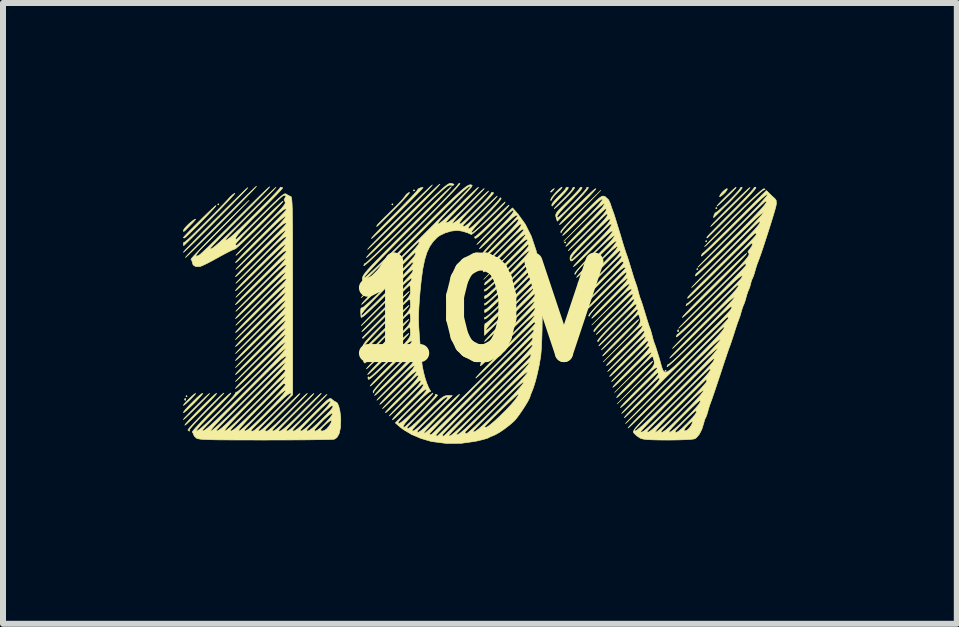
<source format=kicad_pcb>
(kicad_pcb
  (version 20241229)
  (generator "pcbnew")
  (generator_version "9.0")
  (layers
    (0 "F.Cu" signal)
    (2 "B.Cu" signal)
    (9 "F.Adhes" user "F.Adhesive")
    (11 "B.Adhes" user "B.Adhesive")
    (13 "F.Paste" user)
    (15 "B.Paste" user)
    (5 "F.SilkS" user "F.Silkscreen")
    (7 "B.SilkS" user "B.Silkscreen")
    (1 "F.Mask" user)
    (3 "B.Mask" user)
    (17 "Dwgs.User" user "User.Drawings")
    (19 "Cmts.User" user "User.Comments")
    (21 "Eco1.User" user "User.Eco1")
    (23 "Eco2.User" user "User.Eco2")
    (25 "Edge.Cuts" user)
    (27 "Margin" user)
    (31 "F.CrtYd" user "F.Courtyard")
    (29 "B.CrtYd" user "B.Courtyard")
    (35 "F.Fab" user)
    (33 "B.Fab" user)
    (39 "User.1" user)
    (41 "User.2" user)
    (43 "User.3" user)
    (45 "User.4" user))
  (footprint "10V"
    (layer "F.Cu")
    (at 4.894 2.143)
    (property "Reference" "10V" (at 0 0 0) (layer "F.SilkS") (effects (font (size 1.524 1.524) (thickness 0.3))))
    (attr through_hole)
    (fp_poly (pts (xy -4.826 1.408) (xy -4.837 1.418) (xy -4.847 1.408) (xy -4.837 1.397) (xy -4.826 1.408)) (stroke (width 0.01) (type solid)) (fill yes) (layer "F.SilkS"))
    (fp_poly (pts (xy -4.297 -1.789) (xy -4.307 -1.778) (xy -4.318 -1.789) (xy -4.307 -1.799) (xy -4.297 -1.789)) (stroke (width 0.01) (type solid)) (fill yes) (layer "F.SilkS"))
    (fp_poly (pts (xy -1.397 -1.789) (xy -1.408 -1.778) (xy -1.418 -1.789) (xy -1.408 -1.799) (xy -1.397 -1.789)) (stroke (width 0.01) (type solid)) (fill yes) (layer "F.SilkS"))
    (fp_poly (pts (xy -1.037 -2.021) (xy -1.048 -2.011) (xy -1.058 -2.021) (xy -1.048 -2.032) (xy -1.037 -2.021)) (stroke (width 0.01) (type solid)) (fill yes) (layer "F.SilkS"))
    (fp_poly (pts (xy 0.106 -0.73) (xy 0.095 -0.72) (xy 0.085 -0.73) (xy 0.095 -0.741) (xy 0.106 -0.73)) (stroke (width 0.01) (type solid)) (fill yes) (layer "F.SilkS"))
    (fp_poly (pts (xy 0.106 0.667) (xy 0.095 0.677) (xy 0.085 0.667) (xy 0.095 0.656) (xy 0.106 0.667)) (stroke (width 0.01) (type solid)) (fill yes) (layer "F.SilkS"))
    (fp_poly (pts (xy 1.482 -1.154) (xy 1.471 -1.143) (xy 1.46 -1.154) (xy 1.471 -1.164) (xy 1.482 -1.154)) (stroke (width 0.01) (type solid)) (fill yes) (layer "F.SilkS"))
    (fp_poly (pts (xy 1.714 -0.455) (xy 1.704 -0.445) (xy 1.693 -0.455) (xy 1.704 -0.466) (xy 1.714 -0.455)) (stroke (width 0.01) (type solid)) (fill yes) (layer "F.SilkS"))
    (fp_poly (pts (xy 3.154 0.984) (xy 3.143 0.995) (xy 3.133 0.984) (xy 3.143 0.974) (xy 3.154 0.984)) (stroke (width 0.01) (type solid)) (fill yes) (layer "F.SilkS"))
    (fp_poly (pts (xy 3.683 -0.709) (xy 3.672 -0.699) (xy 3.662 -0.709) (xy 3.672 -0.72) (xy 3.683 -0.709)) (stroke (width 0.01) (type solid)) (fill yes) (layer "F.SilkS"))
    (fp_poly (pts (xy 3.831 -1.175) (xy 3.821 -1.164) (xy 3.81 -1.175) (xy 3.821 -1.185) (xy 3.831 -1.175)) (stroke (width 0.01) (type solid)) (fill yes) (layer "F.SilkS"))
    (fp_poly (pts (xy 4 -1.725) (xy 3.99 -1.714) (xy 3.979 -1.725) (xy 3.99 -1.736) (xy 4 -1.725)) (stroke (width 0.01) (type solid)) (fill yes) (layer "F.SilkS"))
    (fp_poly (pts (xy -4.854 1.446) (xy -4.852 1.472) (xy -4.854 1.475) (xy -4.867 1.472) (xy -4.868 1.46) (xy -4.861 1.443) (xy -4.854 1.446)) (stroke (width 0.01) (type solid)) (fill yes) (layer "F.SilkS"))
    (fp_poly (pts (xy 3.358 0.303) (xy 3.361 0.329) (xy 3.358 0.332) (xy 3.346 0.329) (xy 3.344 0.318) (xy 3.352 0.3) (xy 3.358 0.303)) (stroke (width 0.01) (type solid)) (fill yes) (layer "F.SilkS"))
    (fp_poly (pts (xy 1.285 -2.042) (xy 1.273 -2.027) (xy 1.242 -1.994) (xy 1.228 -1.994) (xy 1.228 -1.998) (xy 1.242 -2.015) (xy 1.265 -2.035) (xy 1.29 -2.053) (xy 1.285 -2.042)) (stroke (width 0.01) (type solid)) (fill yes) (layer "F.SilkS"))
    (fp_poly (pts (xy 4.17 -2.032) (xy 4.144 -1.996) (xy 4.118 -1.969) (xy 4.075 -1.932) (xy 4.048 -1.916) (xy 4.043 -1.919) (xy 4.057 -1.95) (xy 4.089 -1.991) (xy 4.129 -2.028) (xy 4.162 -2.049) (xy 4.171 -2.049) (xy 4.17 -2.032)) (stroke (width 0.01) (type solid)) (fill yes) (layer "F.SilkS"))
    (fp_poly (pts (xy -4.694 -1.527) (xy -4.732 -1.483) (xy -4.762 -1.453) (xy -4.823 -1.39) (xy -4.861 -1.353) (xy -4.881 -1.338) (xy -4.888 -1.34) (xy -4.889 -1.352) (xy -4.874 -1.381) (xy -4.836 -1.425) (xy -4.784 -1.475) (xy -4.729 -1.519) (xy -4.709 -1.532) (xy -4.686 -1.542) (xy -4.694 -1.527)) (stroke (width 0.01) (type solid)) (fill yes) (layer "F.SilkS"))
    (fp_poly (pts (xy 1.416 -2.062) (xy 1.388 -2.029) (xy 1.352 -1.996) (xy 1.3 -1.944) (xy 1.261 -1.896) (xy 1.248 -1.874) (xy 1.234 -1.85) (xy 1.23 -1.863) (xy 1.243 -1.894) (xy 1.277 -1.941) (xy 1.323 -1.994) (xy 1.369 -2.04) (xy 1.406 -2.07) (xy 1.419 -2.074) (xy 1.416 -2.062)) (stroke (width 0.01) (type solid)) (fill yes) (layer "F.SilkS"))
    (fp_poly (pts (xy -4.685 1.361) (xy -4.696 1.378) (xy -4.73 1.416) (xy -4.78 1.468) (xy -4.784 1.472) (xy -4.836 1.52) (xy -4.873 1.552) (xy -4.889 1.561) (xy -4.889 1.56) (xy -4.876 1.539) (xy -4.842 1.501) (xy -4.796 1.455) (xy -4.749 1.41) (xy -4.709 1.376) (xy -4.687 1.361) (xy -4.685 1.361)) (stroke (width 0.01) (type solid)) (fill yes) (layer "F.SilkS"))
    (fp_poly (pts (xy -4.575 1.376) (xy -4.607 1.415) (xy -4.659 1.472) (xy -4.72 1.534) (xy -4.787 1.599) (xy -4.841 1.648) (xy -4.877 1.677) (xy -4.889 1.681) (xy -4.875 1.656) (xy -4.838 1.612) (xy -4.786 1.556) (xy -4.726 1.496) (xy -4.667 1.438) (xy -4.615 1.392) (xy -4.579 1.364) (xy -4.568 1.36) (xy -4.575 1.376)) (stroke (width 0.01) (type solid)) (fill yes) (layer "F.SilkS"))
    (fp_poly (pts (xy 1.743 -1.693) (xy 1.648 -1.595) (xy 1.564 -1.506) (xy 1.493 -1.43) (xy 1.442 -1.373) (xy 1.415 -1.339) (xy 1.412 -1.333) (xy 1.402 -1.313) (xy 1.399 -1.332) (xy 1.399 -1.334) (xy 1.413 -1.357) (xy 1.453 -1.406) (xy 1.515 -1.474) (xy 1.595 -1.557) (xy 1.687 -1.651) (xy 1.73 -1.694) (xy 2.064 -2.021) (xy 1.743 -1.693)) (stroke (width 0.01) (type solid)) (fill yes) (layer "F.SilkS"))
    (fp_poly (pts (xy 4.313 -2.061) (xy 4.283 -2.026) (xy 4.236 -1.976) (xy 4.234 -1.974) (xy 4.172 -1.914) (xy 4.112 -1.856) (xy 4.058 -1.807) (xy 4.019 -1.773) (xy 4 -1.759) (xy 4.001 -1.762) (xy 4.025 -1.79) (xy 4.069 -1.837) (xy 4.125 -1.894) (xy 4.186 -1.954) (xy 4.243 -2.009) (xy 4.289 -2.051) (xy 4.316 -2.073) (xy 4.319 -2.074) (xy 4.313 -2.061)) (stroke (width 0.01) (type solid)) (fill yes) (layer "F.SilkS"))
    (fp_poly (pts (xy 1.627 -2.061) (xy 1.599 -2.021) (xy 1.539 -1.953) (xy 1.482 -1.894) (xy 1.411 -1.825) (xy 1.351 -1.767) (xy 1.308 -1.729) (xy 1.289 -1.715) (xy 1.289 -1.714) (xy 1.297 -1.728) (xy 1.331 -1.765) (xy 1.384 -1.82) (xy 1.441 -1.876) (xy 1.507 -1.943) (xy 1.559 -2) (xy 1.59 -2.04) (xy 1.596 -2.056) (xy 1.604 -2.071) (xy 1.623 -2.074) (xy 1.627 -2.061)) (stroke (width 0.01) (type solid)) (fill yes) (layer "F.SilkS"))
    (fp_poly (pts (xy -4.464 1.378) (xy -4.502 1.418) (xy -4.559 1.478) (xy -4.631 1.551) (xy -4.668 1.588) (xy -4.745 1.665) (xy -4.811 1.728) (xy -4.86 1.774) (xy -4.886 1.796) (xy -4.889 1.798) (xy -4.876 1.779) (xy -4.838 1.739) (xy -4.784 1.682) (xy -4.718 1.615) (xy -4.648 1.546) (xy -4.581 1.479) (xy -4.522 1.422) (xy -4.477 1.381) (xy -4.454 1.362) (xy -4.452 1.361) (xy -4.464 1.378)) (stroke (width 0.01) (type solid)) (fill yes) (layer "F.SilkS"))
    (fp_poly (pts (xy 1.525 -2.066) (xy 1.511 -2.038) (xy 1.469 -1.987) (xy 1.407 -1.921) (xy 1.344 -1.856) (xy 1.294 -1.803) (xy 1.262 -1.768) (xy 1.254 -1.759) (xy 1.25 -1.767) (xy 1.249 -1.782) (xy 1.263 -1.811) (xy 1.302 -1.859) (xy 1.357 -1.917) (xy 1.373 -1.933) (xy 1.429 -1.989) (xy 1.469 -2.033) (xy 1.486 -2.06) (xy 1.486 -2.063) (xy 1.494 -2.072) (xy 1.515 -2.074) (xy 1.525 -2.066)) (stroke (width 0.01) (type solid)) (fill yes) (layer "F.SilkS"))
    (fp_poly (pts (xy -4.344 1.375) (xy -4.378 1.416) (xy -4.435 1.477) (xy -4.508 1.553) (xy -4.595 1.64) (xy -4.595 1.64) (xy -4.682 1.725) (xy -4.757 1.797) (xy -4.815 1.851) (xy -4.853 1.884) (xy -4.865 1.89) (xy -4.865 1.89) (xy -4.848 1.865) (xy -4.807 1.819) (xy -4.748 1.756) (xy -4.678 1.683) (xy -4.601 1.605) (xy -4.524 1.529) (xy -4.453 1.461) (xy -4.394 1.406) (xy -4.353 1.37) (xy -4.335 1.36) (xy -4.344 1.375)) (stroke (width 0.01) (type solid)) (fill yes) (layer "F.SilkS"))
    (fp_poly (pts (xy 1.973 -2.034) (xy 1.938 -1.993) (xy 1.881 -1.931) (xy 1.805 -1.853) (xy 1.716 -1.764) (xy 1.688 -1.736) (xy 1.595 -1.646) (xy 1.513 -1.568) (xy 1.446 -1.507) (xy 1.4 -1.466) (xy 1.377 -1.45) (xy 1.376 -1.451) (xy 1.39 -1.473) (xy 1.429 -1.518) (xy 1.488 -1.58) (xy 1.56 -1.654) (xy 1.64 -1.735) (xy 1.723 -1.817) (xy 1.803 -1.894) (xy 1.875 -1.962) (xy 1.932 -2.014) (xy 1.97 -2.044) (xy 1.982 -2.05) (xy 1.973 -2.034)) (stroke (width 0.01) (type solid)) (fill yes) (layer "F.SilkS"))
    (fp_poly (pts (xy 2.686 0.147) (xy 2.649 0.189) (xy 2.591 0.252) (xy 2.515 0.331) (xy 2.426 0.422) (xy 2.401 0.447) (xy 2.31 0.538) (xy 2.229 0.617) (xy 2.164 0.679) (xy 2.118 0.72) (xy 2.097 0.737) (xy 2.095 0.736) (xy 2.11 0.716) (xy 2.148 0.673) (xy 2.205 0.611) (xy 2.276 0.538) (xy 2.355 0.457) (xy 2.437 0.374) (xy 2.516 0.296) (xy 2.587 0.227) (xy 2.645 0.172) (xy 2.684 0.138) (xy 2.698 0.13) (xy 2.686 0.147)) (stroke (width 0.01) (type solid)) (fill yes) (layer "F.SilkS"))
    (fp_poly (pts (xy 2.919 0.844) (xy 2.882 0.887) (xy 2.823 0.95) (xy 2.747 1.029) (xy 2.659 1.12) (xy 2.634 1.145) (xy 2.543 1.236) (xy 2.462 1.314) (xy 2.397 1.375) (xy 2.351 1.416) (xy 2.329 1.431) (xy 2.328 1.43) (xy 2.342 1.409) (xy 2.381 1.365) (xy 2.438 1.303) (xy 2.509 1.229) (xy 2.589 1.148) (xy 2.671 1.066) (xy 2.75 0.988) (xy 2.821 0.92) (xy 2.878 0.867) (xy 2.916 0.834) (xy 2.93 0.827) (xy 2.919 0.844)) (stroke (width 0.01) (type solid)) (fill yes) (layer "F.SilkS"))
    (fp_poly (pts (xy -4.355 -1.752) (xy -4.391 -1.711) (xy -4.445 -1.652) (xy -4.512 -1.581) (xy -4.587 -1.504) (xy -4.663 -1.426) (xy -4.735 -1.354) (xy -4.798 -1.293) (xy -4.845 -1.249) (xy -4.871 -1.229) (xy -4.873 -1.228) (xy -4.889 -1.233) (xy -4.889 -1.233) (xy -4.875 -1.252) (xy -4.837 -1.293) (xy -4.78 -1.352) (xy -4.71 -1.422) (xy -4.633 -1.498) (xy -4.555 -1.575) (xy -4.482 -1.646) (xy -4.419 -1.705) (xy -4.372 -1.748) (xy -4.347 -1.769) (xy -4.345 -1.769) (xy -4.355 -1.752)) (stroke (width 0.01) (type solid)) (fill yes) (layer "F.SilkS"))
    (fp_poly (pts (xy -1.145 0.379) (xy -1.183 0.422) (xy -1.242 0.486) (xy -1.32 0.566) (xy -1.411 0.66) (xy -1.472 0.72) (xy -1.57 0.818) (xy -1.658 0.903) (xy -1.73 0.972) (xy -1.784 1.02) (xy -1.815 1.045) (xy -1.82 1.047) (xy -1.806 1.027) (xy -1.767 0.982) (xy -1.709 0.92) (xy -1.635 0.844) (xy -1.552 0.759) (xy -1.465 0.672) (xy -1.379 0.586) (xy -1.298 0.508) (xy -1.228 0.441) (xy -1.174 0.392) (xy -1.141 0.365) (xy -1.134 0.362) (xy -1.145 0.379)) (stroke (width 0.01) (type solid)) (fill yes) (layer "F.SilkS"))
    (fp_poly (pts (xy 0.527 -1.759) (xy 0.49 -1.716) (xy 0.432 -1.654) (xy 0.358 -1.576) (xy 0.27 -1.487) (xy 0.264 -1.48) (xy 0.157 -1.374) (xy 0.076 -1.297) (xy 0.018 -1.247) (xy -0.017 -1.224) (xy -0.032 -1.225) (xy -0.032 -1.226) (xy -0.037 -1.248) (xy -0.033 -1.247) (xy -0.015 -1.257) (xy 0.027 -1.294) (xy 0.09 -1.351) (xy 0.167 -1.426) (xy 0.253 -1.511) (xy 0.341 -1.597) (xy 0.418 -1.672) (xy 0.48 -1.729) (xy 0.521 -1.766) (xy 0.538 -1.776) (xy 0.527 -1.759)) (stroke (width 0.01) (type solid)) (fill yes) (layer "F.SilkS"))
    (fp_poly (pts (xy 4.539 -2.053) (xy 4.502 -2.012) (xy 4.443 -1.95) (xy 4.365 -1.872) (xy 4.274 -1.781) (xy 4.228 -1.735) (xy 4.132 -1.64) (xy 4.046 -1.558) (xy 3.976 -1.491) (xy 3.925 -1.444) (xy 3.898 -1.421) (xy 3.895 -1.419) (xy 3.909 -1.438) (xy 3.948 -1.481) (xy 4.007 -1.542) (xy 4.08 -1.616) (xy 4.162 -1.699) (xy 4.248 -1.784) (xy 4.332 -1.867) (xy 4.41 -1.942) (xy 4.475 -2.004) (xy 4.523 -2.048) (xy 4.548 -2.068) (xy 4.551 -2.069) (xy 4.539 -2.053)) (stroke (width 0.01) (type solid)) (fill yes) (layer "F.SilkS"))
    (fp_poly (pts (xy 4.418 -2.06) (xy 4.389 -2.02) (xy 4.332 -1.956) (xy 4.251 -1.87) (xy 4.202 -1.82) (xy 4.118 -1.737) (xy 4.046 -1.665) (xy 3.989 -1.609) (xy 3.954 -1.575) (xy 3.945 -1.566) (xy 3.946 -1.584) (xy 3.952 -1.609) (xy 3.969 -1.643) (xy 3.982 -1.651) (xy 4.005 -1.665) (xy 4.05 -1.703) (xy 4.109 -1.758) (xy 4.175 -1.822) (xy 4.243 -1.89) (xy 4.304 -1.954) (xy 4.353 -2.008) (xy 4.382 -2.044) (xy 4.387 -2.055) (xy 4.399 -2.071) (xy 4.418 -2.074) (xy 4.418 -2.06)) (stroke (width 0.01) (type solid)) (fill yes) (layer "F.SilkS"))
    (fp_poly (pts (xy -1.136 -0.324) (xy -1.173 -0.284) (xy -1.232 -0.222) (xy -1.31 -0.142) (xy -1.404 -0.047) (xy -1.503 0.053) (xy -1.608 0.158) (xy -1.702 0.252) (xy -1.783 0.332) (xy -1.845 0.393) (xy -1.885 0.432) (xy -1.899 0.445) (xy -1.905 0.435) (xy -1.891 0.417) (xy -1.851 0.375) (xy -1.79 0.313) (xy -1.714 0.236) (xy -1.627 0.148) (xy -1.535 0.056) (xy -1.441 -0.037) (xy -1.351 -0.125) (xy -1.27 -0.204) (xy -1.202 -0.269) (xy -1.153 -0.315) (xy -1.128 -0.337) (xy -1.125 -0.339) (xy -1.136 -0.324)) (stroke (width 0.01) (type solid)) (fill yes) (layer "F.SilkS"))
    (fp_poly (pts (xy -1.122 -1.982) (xy -1.145 -1.951) (xy -1.193 -1.896) (xy -1.263 -1.82) (xy -1.353 -1.728) (xy -1.365 -1.716) (xy -1.456 -1.625) (xy -1.536 -1.545) (xy -1.601 -1.481) (xy -1.646 -1.437) (xy -1.667 -1.419) (xy -1.668 -1.418) (xy -1.665 -1.432) (xy -1.659 -1.443) (xy -1.639 -1.466) (xy -1.594 -1.512) (xy -1.531 -1.576) (xy -1.454 -1.65) (xy -1.426 -1.678) (xy -1.347 -1.756) (xy -1.279 -1.826) (xy -1.228 -1.883) (xy -1.2 -1.918) (xy -1.196 -1.925) (xy -1.169 -1.96) (xy -1.127 -1.988) (xy -1.122 -1.982)) (stroke (width 0.01) (type solid)) (fill yes) (layer "F.SilkS"))
    (fp_poly (pts (xy -4.224 1.369) (xy -4.261 1.408) (xy -4.319 1.469) (xy -4.394 1.546) (xy -4.482 1.635) (xy -4.504 1.657) (xy -4.595 1.75) (xy -4.673 1.832) (xy -4.735 1.9) (xy -4.776 1.948) (xy -4.792 1.973) (xy -4.791 1.975) (xy -4.786 1.989) (xy -4.789 1.99) (xy -4.811 1.975) (xy -4.813 1.972) (xy -4.802 1.954) (xy -4.766 1.911) (xy -4.71 1.85) (xy -4.64 1.776) (xy -4.562 1.694) (xy -4.481 1.61) (xy -4.401 1.53) (xy -4.329 1.459) (xy -4.27 1.402) (xy -4.23 1.366) (xy -4.213 1.355) (xy -4.224 1.369)) (stroke (width 0.01) (type solid)) (fill yes) (layer "F.SilkS"))
    (fp_poly (pts (xy 4.647 -2.06) (xy 4.615 -2.018) (xy 4.553 -1.947) (xy 4.459 -1.848) (xy 4.334 -1.72) (xy 4.265 -1.651) (xy 4.156 -1.542) (xy 4.057 -1.443) (xy 3.971 -1.359) (xy 3.904 -1.292) (xy 3.858 -1.247) (xy 3.837 -1.228) (xy 3.837 -1.228) (xy 3.831 -1.239) (xy 3.846 -1.257) (xy 3.886 -1.3) (xy 3.949 -1.365) (xy 4.03 -1.448) (xy 4.125 -1.545) (xy 4.231 -1.651) (xy 4.336 -1.757) (xy 4.431 -1.854) (xy 4.51 -1.937) (xy 4.57 -2.002) (xy 4.608 -2.045) (xy 4.619 -2.063) (xy 4.619 -2.063) (xy 4.626 -2.072) (xy 4.648 -2.074) (xy 4.647 -2.06)) (stroke (width 0.01) (type solid)) (fill yes) (layer "F.SilkS"))
    (fp_poly (pts (xy 4.802 -2.035) (xy 4.783 -2.032) (xy 4.761 -2.018) (xy 4.713 -1.977) (xy 4.642 -1.912) (xy 4.554 -1.829) (xy 4.451 -1.729) (xy 4.337 -1.617) (xy 4.269 -1.549) (xy 4.153 -1.433) (xy 4.048 -1.328) (xy 3.956 -1.237) (xy 3.881 -1.165) (xy 3.828 -1.113) (xy 3.798 -1.086) (xy 3.794 -1.084) (xy 3.81 -1.102) (xy 3.852 -1.147) (xy 3.917 -1.215) (xy 4.001 -1.301) (xy 4.101 -1.402) (xy 4.213 -1.515) (xy 4.281 -1.584) (xy 4.437 -1.738) (xy 4.565 -1.862) (xy 4.664 -1.954) (xy 4.735 -2.016) (xy 4.777 -2.046) (xy 4.789 -2.049) (xy 4.802 -2.035)) (stroke (width 0.01) (type solid)) (fill yes) (layer "F.SilkS"))
    (fp_poly (pts (xy -3.828 -2.05) (xy -3.868 -2.007) (xy -3.931 -1.941) (xy -4.014 -1.856) (xy -4.113 -1.754) (xy -4.227 -1.639) (xy -4.349 -1.516) (xy -4.472 -1.392) (xy -4.586 -1.279) (xy -4.686 -1.18) (xy -4.77 -1.099) (xy -4.834 -1.038) (xy -4.875 -1) (xy -4.889 -0.989) (xy -4.889 -0.989) (xy -4.875 -1.008) (xy -4.835 -1.051) (xy -4.773 -1.116) (xy -4.694 -1.198) (xy -4.601 -1.293) (xy -4.498 -1.397) (xy -4.39 -1.506) (xy -4.28 -1.615) (xy -4.174 -1.722) (xy -4.073 -1.821) (xy -3.984 -1.908) (xy -3.91 -1.98) (xy -3.855 -2.033) (xy -3.822 -2.062) (xy -3.816 -2.066) (xy -3.828 -2.05)) (stroke (width 0.01) (type solid)) (fill yes) (layer "F.SilkS"))
    (fp_poly (pts (xy -0.896 -2.067) (xy -0.909 -2.051) (xy -0.948 -2.01) (xy -1.01 -1.945) (xy -1.091 -1.863) (xy -1.188 -1.766) (xy -1.296 -1.658) (xy -1.324 -1.63) (xy -1.434 -1.521) (xy -1.534 -1.423) (xy -1.619 -1.341) (xy -1.688 -1.277) (xy -1.734 -1.235) (xy -1.756 -1.219) (xy -1.757 -1.219) (xy -1.742 -1.24) (xy -1.702 -1.285) (xy -1.639 -1.352) (xy -1.558 -1.436) (xy -1.462 -1.533) (xy -1.366 -1.629) (xy -1.262 -1.734) (xy -1.169 -1.83) (xy -1.09 -1.911) (xy -1.031 -1.975) (xy -0.995 -2.017) (xy -0.985 -2.033) (xy -0.975 -2.047) (xy -0.943 -2.062) (xy -0.909 -2.07) (xy -0.896 -2.067)) (stroke (width 0.01) (type solid)) (fill yes) (layer "F.SilkS"))
    (fp_poly (pts (xy -4.036 -1.964) (xy -4.066 -1.929) (xy -4.12 -1.87) (xy -4.194 -1.792) (xy -4.285 -1.698) (xy -4.39 -1.592) (xy -4.434 -1.547) (xy -4.546 -1.435) (xy -4.648 -1.333) (xy -4.736 -1.245) (xy -4.807 -1.175) (xy -4.857 -1.126) (xy -4.882 -1.102) (xy -4.884 -1.101) (xy -4.889 -1.118) (xy -4.889 -1.134) (xy -4.881 -1.157) (xy -4.872 -1.156) (xy -4.854 -1.168) (xy -4.812 -1.205) (xy -4.749 -1.264) (xy -4.672 -1.339) (xy -4.584 -1.425) (xy -4.49 -1.518) (xy -4.396 -1.612) (xy -4.305 -1.704) (xy -4.223 -1.789) (xy -4.155 -1.861) (xy -4.109 -1.912) (xy -4.063 -1.953) (xy -4.032 -1.973) (xy -4.036 -1.964)) (stroke (width 0.01) (type solid)) (fill yes) (layer "F.SilkS"))
    (fp_poly (pts (xy -0.753 -2.096) (xy -0.792 -2.054) (xy -0.854 -1.989) (xy -0.937 -1.904) (xy -1.037 -1.803) (xy -1.151 -1.689) (xy -1.275 -1.566) (xy -1.275 -1.566) (xy -1.4 -1.443) (xy -1.514 -1.33) (xy -1.615 -1.231) (xy -1.7 -1.15) (xy -1.765 -1.088) (xy -1.806 -1.05) (xy -1.82 -1.038) (xy -1.82 -1.038) (xy -1.806 -1.056) (xy -1.766 -1.099) (xy -1.703 -1.164) (xy -1.623 -1.246) (xy -1.53 -1.34) (xy -1.426 -1.444) (xy -1.317 -1.553) (xy -1.207 -1.662) (xy -1.1 -1.768) (xy -0.999 -1.867) (xy -0.91 -1.955) (xy -0.835 -2.026) (xy -0.78 -2.079) (xy -0.748 -2.107) (xy -0.741 -2.112) (xy -0.753 -2.096)) (stroke (width 0.01) (type solid)) (fill yes) (layer "F.SilkS"))
    (fp_poly (pts (xy 4.484 -0.955) (xy 4.446 -0.912) (xy 4.383 -0.845) (xy 4.3 -0.759) (xy 4.2 -0.657) (xy 4.087 -0.542) (xy 3.963 -0.417) (xy 3.958 -0.413) (xy 3.834 -0.29) (xy 3.721 -0.179) (xy 3.622 -0.082) (xy 3.539 -0.004) (xy 3.476 0.054) (xy 3.436 0.088) (xy 3.423 0.095) (xy 3.423 0.094) (xy 3.441 0.071) (xy 3.484 0.023) (xy 3.548 -0.045) (xy 3.629 -0.129) (xy 3.724 -0.226) (xy 3.828 -0.331) (xy 3.937 -0.439) (xy 4.046 -0.548) (xy 4.153 -0.652) (xy 4.252 -0.749) (xy 4.339 -0.833) (xy 4.411 -0.9) (xy 4.464 -0.948) (xy 4.492 -0.97) (xy 4.496 -0.972) (xy 4.484 -0.955)) (stroke (width 0.01) (type solid)) (fill yes) (layer "F.SilkS"))
    (fp_poly (pts (xy -3.684 -2.074) (xy -3.723 -2.032) (xy -3.787 -1.966) (xy -3.871 -1.879) (xy -3.972 -1.776) (xy -4.088 -1.659) (xy -4.215 -1.532) (xy -4.256 -1.49) (xy -4.386 -1.36) (xy -4.506 -1.241) (xy -4.614 -1.134) (xy -4.706 -1.044) (xy -4.778 -0.974) (xy -4.828 -0.926) (xy -4.853 -0.904) (xy -4.855 -0.904) (xy -4.842 -0.919) (xy -4.802 -0.962) (xy -4.738 -1.028) (xy -4.654 -1.114) (xy -4.553 -1.217) (xy -4.437 -1.335) (xy -4.311 -1.462) (xy -4.269 -1.504) (xy -4.139 -1.633) (xy -4.019 -1.753) (xy -3.912 -1.86) (xy -3.82 -1.95) (xy -3.747 -2.02) (xy -3.697 -2.068) (xy -3.673 -2.089) (xy -3.671 -2.09) (xy -3.684 -2.074)) (stroke (width 0.01) (type solid)) (fill yes) (layer "F.SilkS"))
    (fp_poly (pts (xy -0.628 -2.109) (xy -0.667 -2.065) (xy -0.73 -1.999) (xy -0.814 -1.911) (xy -0.916 -1.807) (xy -1.032 -1.689) (xy -1.16 -1.56) (xy -1.223 -1.497) (xy -1.356 -1.365) (xy -1.479 -1.243) (xy -1.589 -1.136) (xy -1.683 -1.045) (xy -1.758 -0.973) (xy -1.81 -0.925) (xy -1.838 -0.902) (xy -1.841 -0.9) (xy -1.827 -0.92) (xy -1.787 -0.965) (xy -1.724 -1.031) (xy -1.643 -1.115) (xy -1.547 -1.213) (xy -1.44 -1.321) (xy -1.326 -1.436) (xy -1.209 -1.553) (xy -1.093 -1.669) (xy -0.981 -1.779) (xy -0.877 -1.881) (xy -0.786 -1.97) (xy -0.71 -2.042) (xy -0.654 -2.094) (xy -0.622 -2.122) (xy -0.615 -2.125) (xy -0.628 -2.109)) (stroke (width 0.01) (type solid)) (fill yes) (layer "F.SilkS"))
    (fp_poly (pts (xy -0.398 -2.131) (xy -0.381 -2.116) (xy -0.399 -2.104) (xy -0.436 -2.109) (xy -0.451 -2.11) (xy -0.47 -2.105) (xy -0.494 -2.091) (xy -0.528 -2.066) (xy -0.573 -2.028) (xy -0.633 -1.973) (xy -0.709 -1.9) (xy -0.806 -1.806) (xy -0.924 -1.689) (xy -1.068 -1.546) (xy -1.188 -1.426) (xy -1.343 -1.272) (xy -1.482 -1.135) (xy -1.605 -1.016) (xy -1.708 -0.918) (xy -1.789 -0.842) (xy -1.847 -0.792) (xy -1.878 -0.768) (xy -1.884 -0.767) (xy -1.871 -0.799) (xy -1.857 -0.804) (xy -1.836 -0.819) (xy -1.79 -0.861) (xy -1.719 -0.926) (xy -1.629 -1.013) (xy -1.521 -1.118) (xy -1.399 -1.237) (xy -1.267 -1.369) (xy -1.165 -1.471) (xy -1.002 -1.634) (xy -0.867 -1.768) (xy -0.756 -1.878) (xy -0.666 -1.964) (xy -0.595 -2.03) (xy -0.541 -2.078) (xy -0.5 -2.11) (xy -0.47 -2.129) (xy -0.449 -2.137) (xy -0.441 -2.138) (xy -0.398 -2.131)) (stroke (width 0.01) (type solid)) (fill yes) (layer "F.SilkS"))
    (fp_poly (pts (xy 1.857 -2.062) (xy 1.833 -2.026) (xy 1.78 -1.964) (xy 1.698 -1.876) (xy 1.619 -1.795) (xy 1.532 -1.706) (xy 1.456 -1.628) (xy 1.396 -1.566) (xy 1.357 -1.525) (xy 1.342 -1.508) (xy 1.335 -1.522) (xy 1.323 -1.563) (xy 1.321 -1.569) (xy 1.314 -1.596) (xy 1.316 -1.621) (xy 1.33 -1.65) (xy 1.36 -1.688) (xy 1.411 -1.741) (xy 1.487 -1.816) (xy 1.516 -1.844) (xy 1.592 -1.919) (xy 1.654 -1.984) (xy 1.698 -2.033) (xy 1.718 -2.06) (xy 1.719 -2.063) (xy 1.726 -2.072) (xy 1.748 -2.074) (xy 1.753 -2.063) (xy 1.731 -2.029) (xy 1.679 -1.969) (xy 1.598 -1.884) (xy 1.561 -1.846) (xy 1.46 -1.743) (xy 1.39 -1.666) (xy 1.348 -1.612) (xy 1.333 -1.58) (xy 1.343 -1.567) (xy 1.35 -1.566) (xy 1.372 -1.581) (xy 1.415 -1.619) (xy 1.474 -1.675) (xy 1.543 -1.744) (xy 1.616 -1.818) (xy 1.686 -1.892) (xy 1.748 -1.959) (xy 1.796 -2.013) (xy 1.824 -2.049) (xy 1.828 -2.06) (xy 1.833 -2.071) (xy 1.854 -2.074) (xy 1.857 -2.062)) (stroke (width 0.01) (type solid)) (fill yes) (layer "F.SilkS"))
    (fp_poly (pts (xy -0.288 -2.123) (xy -0.323 -2.081) (xy -0.384 -2.014) (xy -0.47 -1.923) (xy -0.578 -1.81) (xy -0.706 -1.679) (xy -0.853 -1.53) (xy -1.015 -1.366) (xy -1.069 -1.312) (xy -1.223 -1.158) (xy -1.368 -1.013) (xy -1.501 -0.881) (xy -1.62 -0.763) (xy -1.721 -0.662) (xy -1.802 -0.582) (xy -1.86 -0.524) (xy -1.893 -0.493) (xy -1.9 -0.487) (xy -1.903 -0.505) (xy -1.905 -0.551) (xy -1.905 -0.556) (xy -1.903 -0.574) (xy -1.895 -0.595) (xy -1.878 -0.622) (xy -1.851 -0.658) (xy -1.81 -0.706) (xy -1.754 -0.767) (xy -1.679 -0.845) (xy -1.584 -0.943) (xy -1.466 -1.062) (xy -1.323 -1.206) (xy -1.164 -1.365) (xy -1.019 -1.51) (xy -0.883 -1.645) (xy -0.759 -1.767) (xy -0.65 -1.873) (xy -0.56 -1.961) (xy -0.49 -2.027) (xy -0.444 -2.069) (xy -0.424 -2.085) (xy -0.423 -2.085) (xy -0.438 -2.066) (xy -0.48 -2.02) (xy -0.546 -1.951) (xy -0.633 -1.86) (xy -0.739 -1.752) (xy -0.86 -1.629) (xy -0.994 -1.493) (xy -1.138 -1.349) (xy -1.154 -1.333) (xy -1.341 -1.146) (xy -1.501 -0.983) (xy -1.635 -0.845) (xy -1.74 -0.733) (xy -1.818 -0.648) (xy -1.866 -0.591) (xy -1.884 -0.562) (xy -1.884 -0.561) (xy -1.871 -0.563) (xy -1.833 -0.592) (xy -1.769 -0.649) (xy -1.678 -0.734) (xy -1.561 -0.847) (xy -1.415 -0.99) (xy -1.241 -1.162) (xy -1.101 -1.302) (xy -0.95 -1.452) (xy -0.81 -1.595) (xy -0.681 -1.725) (xy -0.568 -1.842) (xy -0.472 -1.941) (xy -0.397 -2.02) (xy -0.345 -2.077) (xy -0.32 -2.107) (xy -0.318 -2.111) (xy -0.3 -2.134) (xy -0.281 -2.138) (xy -0.288 -2.123)) (stroke (width 0.01) (type solid)) (fill yes) (layer "F.SilkS"))
    (fp_poly (pts (xy -3.45 -2.082) (xy -3.465 -2.063) (xy -3.506 -2.018) (xy -3.57 -1.95) (xy -3.653 -1.864) (xy -3.753 -1.762) (xy -3.865 -1.649) (xy -3.948 -1.566) (xy -4.066 -1.447) (xy -4.175 -1.337) (xy -4.27 -1.24) (xy -4.348 -1.159) (xy -4.405 -1.099) (xy -4.438 -1.062) (xy -4.445 -1.052) (xy -4.435 -1.043) (xy -4.405 -1.058) (xy -4.353 -1.098) (xy -4.278 -1.164) (xy -4.179 -1.256) (xy -4.053 -1.378) (xy -3.901 -1.528) (xy -3.838 -1.592) (xy -3.721 -1.709) (xy -3.614 -1.816) (xy -3.519 -1.909) (xy -3.442 -1.984) (xy -3.385 -2.039) (xy -3.353 -2.069) (xy -3.346 -2.074) (xy -3.358 -2.06) (xy -3.395 -2.019) (xy -3.456 -1.957) (xy -3.535 -1.875) (xy -3.63 -1.778) (xy -3.737 -1.67) (xy -3.763 -1.645) (xy -3.873 -1.534) (xy -3.972 -1.432) (xy -4.057 -1.345) (xy -4.125 -1.274) (xy -4.17 -1.225) (xy -4.19 -1.201) (xy -4.191 -1.199) (xy -4.182 -1.19) (xy -4.156 -1.203) (xy -4.109 -1.238) (xy -4.04 -1.298) (xy -3.947 -1.384) (xy -3.829 -1.498) (xy -3.684 -1.64) (xy -3.682 -1.643) (xy -3.574 -1.751) (xy -3.477 -1.848) (xy -3.396 -1.932) (xy -3.333 -1.999) (xy -3.292 -2.044) (xy -3.277 -2.064) (xy -3.278 -2.064) (xy -3.272 -2.074) (xy -3.267 -2.074) (xy -3.237 -2.066) (xy -3.235 -2.064) (xy -3.247 -2.047) (xy -3.285 -2.004) (xy -3.345 -1.94) (xy -3.425 -1.858) (xy -3.519 -1.762) (xy -3.623 -1.657) (xy -3.755 -1.526) (xy -3.857 -1.42) (xy -3.933 -1.339) (xy -3.984 -1.28) (xy -4.013 -1.24) (xy -4.021 -1.216) (xy -4.011 -1.207) (xy -4.006 -1.206) (xy -3.987 -1.221) (xy -3.943 -1.261) (xy -3.877 -1.324) (xy -3.793 -1.405) (xy -3.697 -1.5) (xy -3.599 -1.597) (xy -3.479 -1.717) (xy -3.386 -1.809) (xy -3.314 -1.876) (xy -3.262 -1.923) (xy -3.225 -1.951) (xy -3.2 -1.964) (xy -3.184 -1.964) (xy -3.176 -1.959) (xy -3.13 -1.931) (xy -3.106 -1.923) (xy -3.099 -1.92) (xy -3.093 -1.912) (xy -3.088 -1.895) (xy -3.084 -1.868) (xy -3.08 -1.828) (xy -3.077 -1.771) (xy -3.074 -1.695) (xy -3.073 -1.597) (xy -3.071 -1.475) (xy -3.07 -1.326) (xy -3.069 -1.146) (xy -3.069 -0.933) (xy -3.069 -0.685) (xy -3.068 -0.399) (xy -3.068 -0.265) (xy -3.068 1.385) (xy -3.354 1.672) (xy -3.443 1.762) (xy -3.521 1.842) (xy -3.583 1.907) (xy -3.624 1.953) (xy -3.641 1.974) (xy -3.641 1.974) (xy -3.633 1.99) (xy -3.61 1.984) (xy -3.568 1.955) (xy -3.506 1.901) (xy -3.42 1.82) (xy -3.309 1.71) (xy -3.271 1.672) (xy -3.177 1.579) (xy -3.094 1.497) (xy -3.025 1.431) (xy -2.976 1.385) (xy -2.95 1.364) (xy -2.947 1.364) (xy -2.959 1.38) (xy -2.996 1.422) (xy -3.055 1.485) (xy -3.131 1.563) (xy -3.219 1.653) (xy -3.237 1.67) (xy -3.328 1.762) (xy -3.407 1.843) (xy -3.471 1.909) (xy -3.515 1.956) (xy -3.534 1.978) (xy -3.535 1.979) (xy -3.517 1.988) (xy -3.496 1.99) (xy -3.47 1.975) (xy -3.42 1.934) (xy -3.349 1.871) (xy -3.264 1.79) (xy -3.168 1.695) (xy -3.144 1.672) (xy -3.051 1.578) (xy -2.968 1.495) (xy -2.9 1.429) (xy -2.851 1.383) (xy -2.826 1.361) (xy -2.823 1.36) (xy -2.836 1.377) (xy -2.873 1.418) (xy -2.933 1.48) (xy -3.009 1.558) (xy -3.097 1.647) (xy -3.112 1.662) (xy -3.203 1.754) (xy -3.282 1.835) (xy -3.346 1.902) (xy -3.389 1.949) (xy -3.408 1.972) (xy -3.408 1.974) (xy -3.401 1.989) (xy -3.378 1.984) (xy -3.336 1.956) (xy -3.275 1.903) (xy -3.19 1.823) (xy -3.08 1.714) (xy -3.038 1.672) (xy -2.945 1.579) (xy -2.861 1.497) (xy -2.793 1.431) (xy -2.744 1.385) (xy -2.718 1.364) (xy -2.715 1.363) (xy -2.727 1.379) (xy -2.765 1.421) (xy -2.824 1.483) (xy -2.9 1.561) (xy -2.989 1.65) (xy -3.005 1.666) (xy -3.096 1.757) (xy -3.175 1.838) (xy -3.239 1.905) (xy -3.283 1.952) (xy -3.302 1.975) (xy -3.302 1.976) (xy -3.292 1.992) (xy -3.262 1.983) (xy -3.211 1.946) (xy -3.136 1.882) (xy -3.036 1.787) (xy -2.918 1.67) (xy -2.824 1.576) (xy -2.74 1.494) (xy -2.671 1.428) (xy -2.621 1.382) (xy -2.595 1.36) (xy -2.592 1.359) (xy -2.604 1.376) (xy -2.641 1.418) (xy -2.7 1.48) (xy -2.776 1.558) (xy -2.864 1.647) (xy -2.879 1.662) (xy -2.97 1.754) (xy -3.05 1.835) (xy -3.113 1.902) (xy -3.156 1.949) (xy -3.175 1.972) (xy -3.175 1.974) (xy -3.168 1.989) (xy -3.145 1.984) (xy -3.104 1.956) (xy -3.042 1.903) (xy -2.957 1.823) (xy -2.847 1.714) (xy -2.815 1.683) (xy -2.722 1.59) (xy -2.64 1.509) (xy -2.572 1.443) (xy -2.523 1.398) (xy -2.498 1.377) (xy -2.496 1.376) (xy -2.507 1.39) (xy -2.543 1.429) (xy -2.601 1.489) (xy -2.676 1.565) (xy -2.763 1.653) (xy -2.776 1.666) (xy -2.867 1.756) (xy -2.946 1.837) (xy -3.009 1.903) (xy -3.052 1.95) (xy -3.069 1.972) (xy -3.069 1.973) (xy -3.06 1.99) (xy -3.033 1.983) (xy -3.019 1.973) (xy -2.942 1.973) (xy -2.933 1.99) (xy -2.906 1.981) (xy -2.894 1.972) (xy -2.836 1.972) (xy -2.826 1.99) (xy -2.794 1.979) (xy -2.785 1.973) (xy -2.709 1.973) (xy -2.697 1.991) (xy -2.661 1.977) (xy -2.652 1.971) (xy -2.603 1.971) (xy -2.589 1.989) (xy -2.554 1.984) (xy -2.512 1.96) (xy -2.499 1.949) (xy -2.459 1.902) (xy -2.43 1.853) (xy -2.417 1.816) (xy -2.42 1.806) (xy -2.44 1.813) (xy -2.478 1.841) (xy -2.524 1.881) (xy -2.567 1.922) (xy -2.597 1.957) (xy -2.603 1.971) (xy -2.652 1.971) (xy -2.603 1.933) (xy -2.526 1.858) (xy -2.521 1.852) (xy -2.449 1.773) (xy -2.41 1.719) (xy -2.403 1.692) (xy -2.424 1.695) (xy -2.473 1.73) (xy -2.548 1.796) (xy -2.564 1.812) (xy -2.626 1.876) (xy -2.675 1.929) (xy -2.704 1.964) (xy -2.709 1.973) (xy -2.785 1.973) (xy -2.739 1.939) (xy -2.659 1.867) (xy -2.586 1.796) (xy -2.499 1.708) (xy -2.439 1.645) (xy -2.406 1.603) (xy -2.395 1.578) (xy -2.404 1.568) (xy -2.416 1.566) (xy -2.439 1.58) (xy -2.484 1.618) (xy -2.545 1.673) (xy -2.613 1.737) (xy -2.683 1.805) (xy -2.747 1.87) (xy -2.799 1.924) (xy -2.83 1.961) (xy -2.836 1.972) (xy -2.894 1.972) (xy -2.858 1.946) (xy -2.786 1.883) (xy -2.69 1.79) (xy -2.662 1.762) (xy -2.571 1.669) (xy -2.5 1.59) (xy -2.454 1.531) (xy -2.434 1.496) (xy -2.434 1.493) (xy -2.443 1.486) (xy -2.472 1.502) (xy -2.523 1.545) (xy -2.599 1.616) (xy -2.688 1.704) (xy -2.772 1.788) (xy -2.844 1.863) (xy -2.9 1.922) (xy -2.934 1.961) (xy -2.942 1.973) (xy -3.019 1.973) (xy -2.985 1.95) (xy -2.915 1.888) (xy -2.821 1.797) (xy -2.73 1.706) (xy -2.632 1.608) (xy -2.56 1.536) (xy -2.508 1.487) (xy -2.472 1.459) (xy -2.448 1.446) (xy -2.431 1.447) (xy -2.416 1.458) (xy -2.411 1.463) (xy -2.373 1.493) (xy -2.35 1.503) (xy -2.323 1.523) (xy -2.3 1.577) (xy -2.281 1.656) (xy -2.269 1.754) (xy -2.267 1.8) (xy -2.272 1.931) (xy -2.294 2.031) (xy -2.332 2.097) (xy -2.375 2.124) (xy -2.405 2.127) (xy -2.473 2.129) (xy -2.576 2.131) (xy -2.708 2.133) (xy -2.866 2.135) (xy -3.045 2.136) (xy -3.241 2.137) (xy -3.451 2.137) (xy -3.525 2.138) (xy -3.772 2.137) (xy -3.981 2.137) (xy -4.154 2.136) (xy -4.296 2.135) (xy -4.408 2.133) (xy -4.496 2.13) (xy -4.561 2.127) (xy -4.609 2.123) (xy -4.641 2.117) (xy -4.662 2.111) (xy -4.673 2.105) (xy -4.708 2.071) (xy -4.72 2.043) (xy -4.733 2.012) (xy -4.741 2.007) (xy -4.733 1.991) (xy -4.7 1.951) (xy -4.646 1.892) (xy -4.577 1.819) (xy -4.499 1.737) (xy -4.415 1.652) (xy -4.332 1.569) (xy -4.254 1.492) (xy -4.186 1.428) (xy -4.134 1.381) (xy -4.103 1.357) (xy -4.097 1.355) (xy -4.105 1.369) (xy -4.139 1.408) (xy -4.195 1.469) (xy -4.269 1.547) (xy -4.357 1.637) (xy -4.392 1.672) (xy -4.504 1.786) (xy -4.587 1.873) (xy -4.641 1.934) (xy -4.669 1.972) (xy -4.671 1.989) (xy -4.667 1.99) (xy -4.666 1.989) (xy -4.436 1.989) (xy -4.433 1.99) (xy -4.428 1.987) (xy -4.204 1.987) (xy -4.2 1.99) (xy -4.172 1.974) (xy -4.171 1.974) (xy -4.106 1.974) (xy -4.101 1.988) (xy -4.082 1.985) (xy -4.077 1.982) (xy -3.972 1.982) (xy -3.967 1.99) (xy -3.937 1.974) (xy -3.936 1.974) (xy -3.873 1.974) (xy -3.867 1.989) (xy -3.844 1.984) (xy -3.841 1.982) (xy -3.768 1.982) (xy -3.75 1.989) (xy -3.731 1.99) (xy -3.705 1.975) (xy -3.655 1.935) (xy -3.586 1.874) (xy -3.502 1.796) (xy -3.41 1.706) (xy -3.392 1.688) (xy -3.301 1.596) (xy -3.22 1.513) (xy -3.155 1.445) (xy -3.111 1.396) (xy -3.091 1.371) (xy -3.09 1.369) (xy -3.098 1.355) (xy -3.122 1.362) (xy -3.165 1.392) (xy -3.229 1.447) (xy -3.316 1.529) (xy -3.43 1.639) (xy -3.461 1.67) (xy -3.553 1.762) (xy -3.635 1.844) (xy -3.7 1.91) (xy -3.746 1.957) (xy -3.767 1.981) (xy -3.768 1.982) (xy -3.841 1.982) (xy -3.803 1.957) (xy -3.743 1.904) (xy -3.659 1.826) (xy -3.55 1.719) (xy -3.495 1.663) (xy -3.382 1.548) (xy -3.293 1.453) (xy -3.229 1.38) (xy -3.193 1.332) (xy -3.186 1.312) (xy -3.206 1.317) (xy -3.254 1.353) (xy -3.328 1.419) (xy -3.427 1.513) (xy -3.538 1.622) (xy -3.634 1.719) (xy -3.72 1.807) (xy -3.791 1.881) (xy -3.842 1.936) (xy -3.87 1.968) (xy -3.873 1.974) (xy -3.936 1.974) (xy -3.88 1.928) (xy -3.797 1.854) (xy -3.69 1.751) (xy -3.56 1.622) (xy -3.548 1.61) (xy -3.446 1.505) (xy -3.355 1.41) (xy -3.28 1.329) (xy -3.224 1.265) (xy -3.191 1.223) (xy -3.184 1.208) (xy -3.212 1.197) (xy -3.223 1.2) (xy -3.245 1.219) (xy -3.291 1.263) (xy -3.359 1.329) (xy -3.443 1.413) (xy -3.54 1.511) (xy -3.629 1.602) (xy -3.753 1.729) (xy -3.848 1.829) (xy -3.915 1.903) (xy -3.956 1.953) (xy -3.972 1.982) (xy -4.077 1.982) (xy -4.049 1.964) (xy -3.997 1.921) (xy -3.926 1.856) (xy -3.832 1.766) (xy -3.713 1.648) (xy -3.611 1.547) (xy -3.474 1.408) (xy -3.362 1.291) (xy -3.276 1.199) (xy -3.218 1.131) (xy -3.189 1.09) (xy -3.186 1.079) (xy -3.206 1.086) (xy -3.253 1.123) (xy -3.329 1.19) (xy -3.43 1.286) (xy -3.558 1.411) (xy -3.654 1.506) (xy -3.767 1.619) (xy -3.87 1.723) (xy -3.959 1.814) (xy -4.03 1.888) (xy -4.08 1.941) (xy -4.104 1.97) (xy -4.106 1.974) (xy -4.171 1.974) (xy -4.115 1.929) (xy -4.032 1.853) (xy -3.923 1.75) (xy -3.789 1.618) (xy -3.664 1.494) (xy -3.546 1.374) (xy -3.44 1.264) (xy -3.347 1.166) (xy -3.272 1.085) (xy -3.218 1.024) (xy -3.189 0.986) (xy -3.184 0.976) (xy -3.211 0.964) (xy -3.223 0.968) (xy -3.244 0.986) (xy -3.29 1.03) (xy -3.359 1.097) (xy -3.447 1.184) (xy -3.549 1.287) (xy -3.663 1.401) (xy -3.746 1.485) (xy -3.892 1.634) (xy -4.008 1.755) (xy -4.097 1.85) (xy -4.158 1.919) (xy -4.194 1.964) (xy -4.204 1.987) (xy -4.428 1.987) (xy -4.406 1.974) (xy -4.405 1.974) (xy -4.339 1.974) (xy -4.334 1.987) (xy -4.318 1.985) (xy -4.289 1.967) (xy -4.243 1.931) (xy -4.179 1.874) (xy -4.095 1.794) (xy -3.988 1.69) (xy -3.856 1.559) (xy -3.728 1.431) (xy -3.569 1.271) (xy -3.437 1.135) (xy -3.332 1.024) (xy -3.254 0.939) (xy -3.205 0.88) (xy -3.186 0.85) (xy -3.186 0.846) (xy -3.205 0.854) (xy -3.253 0.891) (xy -3.329 0.959) (xy -3.432 1.057) (xy -3.562 1.183) (xy -3.719 1.338) (xy -3.77 1.389) (xy -3.898 1.517) (xy -4.015 1.635) (xy -4.119 1.741) (xy -4.207 1.831) (xy -4.275 1.902) (xy -4.32 1.951) (xy -4.339 1.973) (xy -4.339 1.974) (xy -4.405 1.974) (xy -4.35 1.928) (xy -4.266 1.852) (xy -4.155 1.747) (xy -4.017 1.613) (xy -3.852 1.449) (xy -3.783 1.38) (xy -3.651 1.247) (xy -3.529 1.124) (xy -3.42 1.013) (xy -3.328 0.918) (xy -3.254 0.842) (xy -3.203 0.788) (xy -3.177 0.76) (xy -3.175 0.756) (xy -3.179 0.744) (xy -3.193 0.744) (xy -3.219 0.759) (xy -3.26 0.79) (xy -3.317 0.841) (xy -3.393 0.912) (xy -3.491 1.007) (xy -3.612 1.126) (xy -3.76 1.273) (xy -3.843 1.356) (xy -4.012 1.526) (xy -4.152 1.668) (xy -4.262 1.782) (xy -4.345 1.871) (xy -4.401 1.934) (xy -4.431 1.973) (xy -4.436 1.989) (xy -4.666 1.989) (xy -4.64 1.975) (xy -4.638 1.974) (xy -4.572 1.974) (xy -4.568 1.986) (xy -4.553 1.985) (xy -4.526 1.969) (xy -4.485 1.936) (xy -4.427 1.885) (xy -4.349 1.813) (xy -4.251 1.718) (xy -4.129 1.599) (xy -3.982 1.452) (xy -3.844 1.314) (xy -3.667 1.136) (xy -3.517 0.983) (xy -3.393 0.855) (xy -3.298 0.753) (xy -3.231 0.678) (xy -3.194 0.631) (xy -3.186 0.613) (xy -3.205 0.621) (xy -3.253 0.66) (xy -3.329 0.728) (xy -3.433 0.826) (xy -3.565 0.954) (xy -3.724 1.11) (xy -3.887 1.273) (xy -4.027 1.413) (xy -4.158 1.545) (xy -4.275 1.664) (xy -4.378 1.768) (xy -4.462 1.855) (xy -4.524 1.92) (xy -4.561 1.96) (xy -4.572 1.974) (xy -4.638 1.974) (xy -4.59 1.936) (xy -4.522 1.876) (xy -4.442 1.803) (xy -4.356 1.72) (xy -4.27 1.635) (xy -4.188 1.552) (xy -4.117 1.477) (xy -4.062 1.416) (xy -4.029 1.374) (xy -4.022 1.358) (xy -4.011 1.34) (xy -4.004 1.342) (xy -3.984 1.331) (xy -3.939 1.294) (xy -3.875 1.236) (xy -3.797 1.16) (xy -3.708 1.073) (xy -3.614 0.978) (xy -3.518 0.88) (xy -3.427 0.785) (xy -3.344 0.697) (xy -3.274 0.62) (xy -3.222 0.559) (xy -3.191 0.52) (xy -3.186 0.507) (xy -3.206 0.513) (xy -3.253 0.55) (xy -3.325 0.614) (xy -3.422 0.706) (xy -3.542 0.823) (xy -3.612 0.892) (xy -3.719 0.998) (xy -3.815 1.092) (xy -3.898 1.171) (xy -3.962 1.231) (xy -4.005 1.268) (xy -4.022 1.28) (xy -4.022 1.279) (xy -4.007 1.259) (xy -3.966 1.213) (xy -3.903 1.146) (xy -3.821 1.061) (xy -3.724 0.961) (xy -3.615 0.853) (xy -3.595 0.832) (xy -3.452 0.688) (xy -3.339 0.571) (xy -3.257 0.481) (xy -3.205 0.42) (xy -3.185 0.386) (xy -3.185 0.381) (xy -3.204 0.386) (xy -3.249 0.42) (xy -3.321 0.483) (xy -3.42 0.576) (xy -3.546 0.7) (xy -3.612 0.765) (xy -3.719 0.871) (xy -3.816 0.967) (xy -3.898 1.048) (xy -3.962 1.11) (xy -4.005 1.15) (xy -4.022 1.164) (xy -4.022 1.164) (xy -4.007 1.147) (xy -3.967 1.104) (xy -3.904 1.038) (xy -3.822 0.955) (xy -3.726 0.857) (xy -3.618 0.748) (xy -3.596 0.726) (xy -3.464 0.592) (xy -3.356 0.48) (xy -3.273 0.39) (xy -3.216 0.324) (xy -3.189 0.285) (xy -3.186 0.274) (xy -3.206 0.281) (xy -3.253 0.317) (xy -3.327 0.383) (xy -3.427 0.478) (xy -3.552 0.6) (xy -3.612 0.659) (xy -3.719 0.765) (xy -3.815 0.859) (xy -3.898 0.938) (xy -3.962 0.998) (xy -4.005 1.036) (xy -4.022 1.047) (xy -4.022 1.046) (xy -4.007 1.026) (xy -3.966 0.981) (xy -3.903 0.913) (xy -3.821 0.828) (xy -3.724 0.729) (xy -3.615 0.62) (xy -3.595 0.6) (xy -3.452 0.455) (xy -3.339 0.338) (xy -3.257 0.249) (xy -3.205 0.187) (xy -3.185 0.153) (xy -3.185 0.149) (xy -3.204 0.153) (xy -3.249 0.187) (xy -3.321 0.25) (xy -3.42 0.343) (xy -3.546 0.467) (xy -3.612 0.532) (xy -3.719 0.639) (xy -3.816 0.734) (xy -3.898 0.815) (xy -3.962 0.877) (xy -4.005 0.917) (xy -4.022 0.931) (xy -4.022 0.931) (xy -4.007 0.914) (xy -3.967 0.871) (xy -3.904 0.805) (xy -3.822 0.722) (xy -3.726 0.624) (xy -3.618 0.515) (xy -3.596 0.494) (xy -3.464 0.36) (xy -3.356 0.247) (xy -3.273 0.157) (xy -3.216 0.091) (xy -3.189 0.052) (xy -3.186 0.041) (xy -3.206 0.048) (xy -3.253 0.085) (xy -3.327 0.151) (xy -3.427 0.245) (xy -3.552 0.367) (xy -3.612 0.426) (xy -3.719 0.532) (xy -3.815 0.627) (xy -3.898 0.705) (xy -3.962 0.765) (xy -4.005 0.803) (xy -4.022 0.814) (xy -4.022 0.814) (xy -4.007 0.794) (xy -3.966 0.748) (xy -3.903 0.68) (xy -3.821 0.595) (xy -3.724 0.496) (xy -3.615 0.387) (xy -3.595 0.367) (xy -3.452 0.222) (xy -3.339 0.105) (xy -3.257 0.016) (xy -3.205 -0.046) (xy -3.185 -0.079) (xy -3.185 -0.084) (xy -3.204 -0.08) (xy -3.249 -0.046) (xy -3.321 0.017) (xy -3.42 0.11) (xy -3.546 0.234) (xy -3.612 0.299) (xy -3.719 0.406) (xy -3.815 0.501) (xy -3.898 0.582) (xy -3.962 0.644) (xy -4.005 0.684) (xy -4.022 0.698) (xy -4.022 0.698) (xy -4.007 0.681) (xy -3.967 0.637) (xy -3.904 0.572) (xy -3.822 0.489) (xy -3.725 0.391) (xy -3.617 0.282) (xy -3.596 0.261) (xy -3.458 0.122) (xy -3.347 0.007) (xy -3.265 -0.083) (xy -3.211 -0.147) (xy -3.187 -0.183) (xy -3.186 -0.191) (xy -3.206 -0.185) (xy -3.254 -0.148) (xy -3.331 -0.08) (xy -3.435 0.019) (xy -3.567 0.148) (xy -3.612 0.193) (xy -3.719 0.299) (xy -3.815 0.394) (xy -3.898 0.473) (xy -3.962 0.533) (xy -4.005 0.57) (xy -4.022 0.581) (xy -4.022 0.581) (xy -4.007 0.561) (xy -3.966 0.515) (xy -3.903 0.447) (xy -3.821 0.362) (xy -3.724 0.263) (xy -3.615 0.154) (xy -3.595 0.134) (xy -3.452 -0.011) (xy -3.339 -0.128) (xy -3.257 -0.217) (xy -3.205 -0.279) (xy -3.185 -0.312) (xy -3.185 -0.317) (xy -3.204 -0.313) (xy -3.249 -0.279) (xy -3.321 -0.216) (xy -3.42 -0.123) (xy -3.546 0.001) (xy -3.612 0.066) (xy -3.719 0.173) (xy -3.815 0.268) (xy -3.898 0.349) (xy -3.962 0.411) (xy -4.005 0.451) (xy -4.022 0.465) (xy -4.022 0.465) (xy -4.007 0.448) (xy -3.967 0.404) (xy -3.904 0.339) (xy -3.822 0.256) (xy -3.725 0.158) (xy -3.617 0.049) (xy -3.596 0.028) (xy -3.458 -0.111) (xy -3.347 -0.226) (xy -3.265 -0.316) (xy -3.211 -0.38) (xy -3.187 -0.416) (xy -3.186 -0.424) (xy -3.206 -0.418) (xy -3.254 -0.38) (xy -3.331 -0.312) (xy -3.435 -0.214) (xy -3.567 -0.084) (xy -3.612 -0.04) (xy -3.719 0.067) (xy -3.815 0.161) (xy -3.898 0.24) (xy -3.962 0.3) (xy -4.005 0.337) (xy -4.022 0.348) (xy -4.022 0.348) (xy -4.007 0.328) (xy -3.966 0.282) (xy -3.903 0.214) (xy -3.821 0.129) (xy -3.724 0.03) (xy -3.616 -0.078) (xy -3.598 -0.096) (xy -3.489 -0.205) (xy -3.39 -0.305) (xy -3.305 -0.392) (xy -3.239 -0.461) (xy -3.194 -0.51) (xy -3.175 -0.533) (xy -3.175 -0.534) (xy -3.181 -0.548) (xy -3.2 -0.546) (xy -3.235 -0.523) (xy -3.289 -0.478) (xy -3.364 -0.41) (xy -3.462 -0.315) (xy -3.586 -0.193) (xy -3.619 -0.16) (xy -3.723 -0.055) (xy -3.818 0.038) (xy -3.898 0.117) (xy -3.961 0.177) (xy -4.001 0.214) (xy -4.015 0.226) (xy -4.002 0.21) (xy -3.963 0.168) (xy -3.901 0.104) (xy -3.82 0.021) (xy -3.724 -0.076) (xy -3.617 -0.184) (xy -3.595 -0.205) (xy -3.458 -0.344) (xy -3.347 -0.459) (xy -3.264 -0.549) (xy -3.211 -0.613) (xy -3.186 -0.649) (xy -3.186 -0.656) (xy -3.206 -0.65) (xy -3.254 -0.613) (xy -3.331 -0.545) (xy -3.435 -0.447) (xy -3.567 -0.317) (xy -3.612 -0.272) (xy -3.719 -0.166) (xy -3.815 -0.072) (xy -3.898 0.007) (xy -3.962 0.067) (xy -4.005 0.104) (xy -4.022 0.115) (xy -4.022 0.115) (xy -4.007 0.095) (xy -3.966 0.049) (xy -3.903 -0.018) (xy -3.821 -0.104) (xy -3.724 -0.203) (xy -3.616 -0.311) (xy -3.598 -0.329) (xy -3.489 -0.438) (xy -3.39 -0.538) (xy -3.305 -0.625) (xy -3.239 -0.694) (xy -3.194 -0.743) (xy -3.175 -0.766) (xy -3.175 -0.767) (xy -3.181 -0.781) (xy -3.2 -0.778) (xy -3.235 -0.756) (xy -3.289 -0.711) (xy -3.364 -0.643) (xy -3.462 -0.548) (xy -3.586 -0.425) (xy -3.619 -0.392) (xy -3.723 -0.288) (xy -3.818 -0.194) (xy -3.898 -0.116) (xy -3.961 -0.056) (xy -4.001 -0.018) (xy -4.015 -0.007) (xy -4.002 -0.023) (xy -3.963 -0.065) (xy -3.901 -0.129) (xy -3.82 -0.211) (xy -3.724 -0.309) (xy -3.617 -0.416) (xy -3.595 -0.438) (xy -3.458 -0.577) (xy -3.347 -0.692) (xy -3.264 -0.782) (xy -3.211 -0.845) (xy -3.186 -0.882) (xy -3.186 -0.889) (xy -3.206 -0.883) (xy -3.254 -0.846) (xy -3.331 -0.778) (xy -3.435 -0.679) (xy -3.567 -0.55) (xy -3.612 -0.505) (xy -3.719 -0.399) (xy -3.815 -0.305) (xy -3.898 -0.226) (xy -3.962 -0.166) (xy -4.005 -0.129) (xy -4.022 -0.117) (xy -4.022 -0.118) (xy -4.007 -0.138) (xy -3.966 -0.184) (xy -3.903 -0.251) (xy -3.821 -0.337) (xy -3.724 -0.435) (xy -3.616 -0.544) (xy -3.598 -0.561) (xy -3.489 -0.671) (xy -3.39 -0.771) (xy -3.305 -0.858) (xy -3.239 -0.927) (xy -3.194 -0.975) (xy -3.175 -0.998) (xy -3.175 -0.999) (xy -3.181 -1.014) (xy -3.2 -1.011) (xy -3.235 -0.989) (xy -3.289 -0.944) (xy -3.364 -0.876) (xy -3.462 -0.781) (xy -3.586 -0.658) (xy -3.619 -0.625) (xy -3.723 -0.521) (xy -3.818 -0.427) (xy -3.898 -0.349) (xy -3.961 -0.289) (xy -4.001 -0.251) (xy -4.015 -0.24) (xy -4.002 -0.256) (xy -3.963 -0.298) (xy -3.901 -0.362) (xy -3.82 -0.444) (xy -3.724 -0.541) (xy -3.617 -0.649) (xy -3.595 -0.671) (xy -3.458 -0.81) (xy -3.347 -0.925) (xy -3.264 -1.015) (xy -3.211 -1.078) (xy -3.186 -1.115) (xy -3.186 -1.122) (xy -3.206 -1.116) (xy -3.254 -1.079) (xy -3.331 -1.011) (xy -3.435 -0.912) (xy -3.567 -0.783) (xy -3.612 -0.738) (xy -3.719 -0.632) (xy -3.815 -0.538) (xy -3.898 -0.459) (xy -3.962 -0.399) (xy -4.005 -0.361) (xy -4.022 -0.35) (xy -4.022 -0.351) (xy -4.007 -0.371) (xy -3.966 -0.417) (xy -3.903 -0.484) (xy -3.821 -0.569) (xy -3.724 -0.668) (xy -3.616 -0.777) (xy -3.598 -0.794) (xy -3.489 -0.904) (xy -3.39 -1.004) (xy -3.305 -1.091) (xy -3.239 -1.16) (xy -3.194 -1.208) (xy -3.175 -1.231) (xy -3.175 -1.232) (xy -3.181 -1.247) (xy -3.2 -1.244) (xy -3.235 -1.221) (xy -3.289 -1.177) (xy -3.364 -1.108) (xy -3.462 -1.014) (xy -3.586 -0.891) (xy -3.619 -0.858) (xy -3.723 -0.754) (xy -3.818 -0.66) (xy -3.898 -0.581) (xy -3.961 -0.521) (xy -4.001 -0.484) (xy -4.015 -0.473) (xy -4.002 -0.489) (xy -3.963 -0.531) (xy -3.901 -0.595) (xy -3.82 -0.677) (xy -3.724 -0.774) (xy -3.617 -0.882) (xy -3.595 -0.904) (xy -3.458 -1.043) (xy -3.347 -1.158) (xy -3.264 -1.248) (xy -3.211 -1.311) (xy -3.186 -1.348) (xy -3.186 -1.355) (xy -3.206 -1.349) (xy -3.254 -1.312) (xy -3.331 -1.244) (xy -3.435 -1.145) (xy -3.567 -1.016) (xy -3.612 -0.971) (xy -3.719 -0.865) (xy -3.815 -0.771) (xy -3.898 -0.692) (xy -3.962 -0.632) (xy -4.005 -0.594) (xy -4.022 -0.583) (xy -4.022 -0.584) (xy -4.007 -0.604) (xy -3.966 -0.649) (xy -3.903 -0.717) (xy -3.821 -0.802) (xy -3.724 -0.901) (xy -3.616 -1.01) (xy -3.598 -1.027) (xy -3.489 -1.137) (xy -3.39 -1.237) (xy -3.305 -1.323) (xy -3.239 -1.393) (xy -3.194 -1.441) (xy -3.175 -1.464) (xy -3.175 -1.465) (xy -3.181 -1.48) (xy -3.2 -1.477) (xy -3.235 -1.454) (xy -3.289 -1.41) (xy -3.364 -1.341) (xy -3.462 -1.247) (xy -3.586 -1.124) (xy -3.619 -1.091) (xy -3.723 -0.986) (xy -3.818 -0.893) (xy -3.898 -0.814) (xy -3.961 -0.754) (xy -4.001 -0.717) (xy -4.015 -0.706) (xy -4.002 -0.722) (xy -3.963 -0.763) (xy -3.901 -0.827) (xy -3.82 -0.91) (xy -3.724 -1.007) (xy -3.617 -1.115) (xy -3.595 -1.137) (xy -3.458 -1.276) (xy -3.347 -1.391) (xy -3.264 -1.48) (xy -3.211 -1.544) (xy -3.186 -1.58) (xy -3.186 -1.588) (xy -3.206 -1.582) (xy -3.254 -1.545) (xy -3.331 -1.477) (xy -3.435 -1.378) (xy -3.567 -1.249) (xy -3.612 -1.204) (xy -3.719 -1.098) (xy -3.815 -1.003) (xy -3.898 -0.924) (xy -3.962 -0.864) (xy -4.005 -0.827) (xy -4.022 -0.816) (xy -4.022 -0.816) (xy -4.007 -0.836) (xy -3.966 -0.882) (xy -3.903 -0.95) (xy -3.821 -1.035) (xy -3.724 -1.134) (xy -3.616 -1.243) (xy -3.598 -1.26) (xy -3.489 -1.369) (xy -3.39 -1.47) (xy -3.305 -1.556) (xy -3.239 -1.626) (xy -3.194 -1.674) (xy -3.175 -1.697) (xy -3.175 -1.698) (xy -3.181 -1.713) (xy -3.201 -1.71) (xy -3.237 -1.687) (xy -3.291 -1.641) (xy -3.366 -1.572) (xy -3.466 -1.476) (xy -3.591 -1.351) (xy -3.619 -1.323) (xy -3.723 -1.219) (xy -3.818 -1.125) (xy -3.898 -1.046) (xy -3.96 -0.986) (xy -4 -0.949) (xy -4.014 -0.938) (xy -4.002 -0.954) (xy -3.962 -0.996) (xy -3.901 -1.06) (xy -3.82 -1.143) (xy -3.724 -1.24) (xy -3.617 -1.348) (xy -3.594 -1.371) (xy -3.469 -1.497) (xy -3.371 -1.596) (xy -3.297 -1.673) (xy -3.245 -1.731) (xy -3.212 -1.772) (xy -3.195 -1.8) (xy -3.191 -1.819) (xy -3.195 -1.83) (xy -3.212 -1.864) (xy -3.196 -1.895) (xy -3.179 -1.929) (xy -3.194 -1.942) (xy -3.231 -1.93) (xy -3.259 -1.908) (xy -3.31 -1.861) (xy -3.378 -1.795) (xy -3.461 -1.715) (xy -3.551 -1.624) (xy -3.646 -1.528) (xy -3.739 -1.433) (xy -3.827 -1.342) (xy -3.904 -1.261) (xy -3.965 -1.194) (xy -4.006 -1.147) (xy -4.022 -1.125) (xy -4.022 -1.125) (xy -4.01 -1.102) (xy -4.004 -1.101) (xy -3.985 -1.115) (xy -3.941 -1.156) (xy -3.875 -1.218) (xy -3.792 -1.299) (xy -3.697 -1.393) (xy -3.619 -1.471) (xy -3.516 -1.573) (xy -3.423 -1.665) (xy -3.343 -1.741) (xy -3.281 -1.799) (xy -3.242 -1.833) (xy -3.229 -1.841) (xy -3.237 -1.827) (xy -3.272 -1.787) (xy -3.33 -1.725) (xy -3.407 -1.644) (xy -3.5 -1.549) (xy -3.605 -1.444) (xy -3.609 -1.439) (xy -3.716 -1.333) (xy -3.814 -1.238) (xy -3.898 -1.158) (xy -3.965 -1.096) (xy -4.011 -1.057) (xy -4.031 -1.044) (xy -4.031 -1.044) (xy -4.055 -1.036) (xy -4.109 -1.011) (xy -4.185 -0.972) (xy -4.276 -0.923) (xy -4.304 -0.907) (xy -4.402 -0.853) (xy -4.492 -0.806) (xy -4.565 -0.771) (xy -4.612 -0.752) (xy -4.618 -0.751) (xy -4.683 -0.751) (xy -4.727 -0.78) (xy -4.741 -0.826) (xy -4.752 -0.862) (xy -4.763 -0.871) (xy -4.753 -0.887) (xy -4.716 -0.93) (xy -4.654 -0.995) (xy -4.572 -1.081) (xy -4.471 -1.185) (xy -4.355 -1.302) (xy -4.228 -1.43) (xy -4.165 -1.492) (xy -4.032 -1.624) (xy -3.928 -1.726) (xy -3.854 -1.799) (xy -3.81 -1.841) (xy -3.795 -1.855) (xy -3.81 -1.839) (xy -3.853 -1.794) (xy -3.926 -1.72) (xy -4.001 -1.644) (xy -4.12 -1.522) (xy -4.235 -1.406) (xy -4.342 -1.299) (xy -4.434 -1.206) (xy -4.508 -1.132) (xy -4.558 -1.083) (xy -4.567 -1.074) (xy -4.627 -1.012) (xy -4.665 -0.963) (xy -4.68 -0.932) (xy -4.669 -0.923) (xy -4.632 -0.939) (xy -4.62 -0.947) (xy -4.592 -0.97) (xy -4.538 -1.02) (xy -4.462 -1.092) (xy -4.367 -1.184) (xy -4.258 -1.292) (xy -4.137 -1.411) (xy -4.009 -1.54) (xy -4.006 -1.542) (xy -3.881 -1.667) (xy -3.765 -1.782) (xy -3.663 -1.882) (xy -3.577 -1.966) (xy -3.511 -2.029) (xy -3.467 -2.069) (xy -3.45 -2.082) (xy -3.45 -2.082)) (stroke (width 0.01) (type solid)) (fill yes) (layer "F.SilkS"))
    (fp_poly (pts (xy 4.876 -1.967) (xy 4.923 -1.922) (xy 4.964 -1.886) (xy 4.964 -1.886) (xy 4.987 -1.854) (xy 4.99 -1.804) (xy 4.986 -1.773) (xy 4.976 -1.731) (xy 4.955 -1.657) (xy 4.925 -1.558) (xy 4.889 -1.442) (xy 4.849 -1.317) (xy 4.808 -1.19) (xy 4.769 -1.07) (xy 4.733 -0.964) (xy 4.703 -0.88) (xy 4.682 -0.825) (xy 4.678 -0.815) (xy 4.661 -0.768) (xy 4.641 -0.702) (xy 4.634 -0.677) (xy 4.616 -0.616) (xy 4.599 -0.571) (xy 4.594 -0.561) (xy 4.578 -0.527) (xy 4.563 -0.473) (xy 4.561 -0.466) (xy 4.547 -0.41) (xy 4.532 -0.373) (xy 4.531 -0.37) (xy 4.517 -0.339) (xy 4.498 -0.282) (xy 4.487 -0.243) (xy 4.469 -0.179) (xy 4.452 -0.131) (xy 4.445 -0.116) (xy 4.432 -0.084) (xy 4.413 -0.028) (xy 4.405 0) (xy 4.386 0.068) (xy 4.366 0.124) (xy 4.361 0.138) (xy 4.346 0.176) (xy 4.323 0.244) (xy 4.296 0.327) (xy 4.286 0.36) (xy 4.258 0.446) (xy 4.233 0.521) (xy 4.215 0.572) (xy 4.211 0.582) (xy 4.199 0.614) (xy 4.176 0.68) (xy 4.145 0.773) (xy 4.107 0.886) (xy 4.066 1.012) (xy 4.054 1.048) (xy 4.011 1.177) (xy 3.972 1.294) (xy 3.938 1.393) (xy 3.913 1.466) (xy 3.897 1.508) (xy 3.895 1.513) (xy 3.878 1.56) (xy 3.858 1.626) (xy 3.851 1.651) (xy 3.833 1.713) (xy 3.816 1.758) (xy 3.81 1.767) (xy 3.795 1.801) (xy 3.78 1.856) (xy 3.778 1.863) (xy 3.749 1.958) (xy 3.707 2.04) (xy 3.659 2.098) (xy 3.628 2.118) (xy 3.59 2.124) (xy 3.518 2.13) (xy 3.419 2.134) (xy 3.301 2.137) (xy 3.179 2.138) (xy 3.03 2.137) (xy 2.918 2.134) (xy 2.836 2.13) (xy 2.778 2.123) (xy 2.738 2.113) (xy 2.72 2.105) (xy 2.663 2.067) (xy 2.62 2.026) (xy 2.613 2.015) (xy 2.611 2.011) (xy 2.973 2.011) (xy 2.975 2.011) (xy 3.004 1.995) (xy 3.005 1.995) (xy 3.069 1.995) (xy 3.076 2.01) (xy 3.099 2.005) (xy 3.106 2.001) (xy 3.201 2.001) (xy 3.207 2.011) (xy 3.208 2.011) (xy 3.241 1.995) (xy 3.242 1.994) (xy 3.302 1.994) (xy 3.315 2.013) (xy 3.352 1.997) (xy 3.381 1.974) (xy 3.45 1.974) (xy 3.464 1.988) (xy 3.5 1.974) (xy 3.515 1.963) (xy 3.548 1.928) (xy 3.577 1.884) (xy 3.593 1.845) (xy 3.592 1.828) (xy 3.573 1.836) (xy 3.539 1.865) (xy 3.5 1.905) (xy 3.467 1.944) (xy 3.451 1.971) (xy 3.45 1.974) (xy 3.381 1.974) (xy 3.412 1.949) (xy 3.495 1.869) (xy 3.51 1.854) (xy 3.592 1.767) (xy 3.642 1.705) (xy 3.662 1.667) (xy 3.652 1.652) (xy 3.646 1.651) (xy 3.625 1.665) (xy 3.583 1.703) (xy 3.527 1.756) (xy 3.464 1.817) (xy 3.403 1.88) (xy 3.35 1.935) (xy 3.314 1.976) (xy 3.302 1.994) (xy 3.242 1.994) (xy 3.299 1.95) (xy 3.379 1.878) (xy 3.477 1.782) (xy 3.488 1.771) (xy 3.589 1.667) (xy 3.661 1.588) (xy 3.705 1.533) (xy 3.724 1.499) (xy 3.72 1.484) (xy 3.709 1.482) (xy 3.69 1.496) (xy 3.646 1.536) (xy 3.582 1.596) (xy 3.504 1.672) (xy 3.429 1.746) (xy 3.33 1.847) (xy 3.261 1.921) (xy 3.218 1.971) (xy 3.201 2.001) (xy 3.106 2.001) (xy 3.139 1.978) (xy 3.2 1.926) (xy 3.283 1.848) (xy 3.391 1.741) (xy 3.459 1.673) (xy 3.568 1.561) (xy 3.657 1.466) (xy 3.723 1.391) (xy 3.764 1.339) (xy 3.778 1.312) (xy 3.777 1.311) (xy 3.758 1.317) (xy 3.711 1.353) (xy 3.64 1.416) (xy 3.546 1.505) (xy 3.43 1.618) (xy 3.416 1.633) (xy 3.317 1.732) (xy 3.23 1.821) (xy 3.157 1.896) (xy 3.104 1.953) (xy 3.074 1.987) (xy 3.069 1.995) (xy 3.005 1.995) (xy 3.061 1.95) (xy 3.144 1.876) (xy 3.251 1.774) (xy 3.381 1.645) (xy 3.424 1.602) (xy 3.532 1.493) (xy 3.628 1.392) (xy 3.71 1.304) (xy 3.774 1.233) (xy 3.816 1.183) (xy 3.831 1.158) (xy 3.831 1.158) (xy 3.828 1.127) (xy 3.826 1.122) (xy 3.81 1.136) (xy 3.768 1.177) (xy 3.704 1.24) (xy 3.621 1.322) (xy 3.523 1.42) (xy 3.414 1.529) (xy 3.376 1.566) (xy 3.239 1.705) (xy 3.131 1.816) (xy 3.052 1.9) (xy 3 1.96) (xy 2.974 1.996) (xy 2.973 2.011) (xy 2.611 2.011) (xy 2.609 2.002) (xy 2.61 1.995) (xy 2.731 1.995) (xy 2.735 2.007) (xy 2.751 2.006) (xy 2.77 1.995) (xy 2.836 1.995) (xy 2.841 2.008) (xy 2.859 2.006) (xy 2.89 1.987) (xy 2.938 1.948) (xy 3.005 1.888) (xy 3.093 1.803) (xy 3.206 1.694) (xy 3.344 1.556) (xy 3.393 1.507) (xy 3.538 1.36) (xy 3.655 1.241) (xy 3.747 1.146) (xy 3.814 1.073) (xy 3.859 1.02) (xy 3.885 0.983) (xy 3.893 0.962) (xy 3.885 0.953) (xy 3.879 0.953) (xy 3.86 0.967) (xy 3.817 1.007) (xy 3.751 1.07) (xy 3.669 1.15) (xy 3.574 1.243) (xy 3.471 1.345) (xy 3.363 1.453) (xy 3.255 1.561) (xy 3.151 1.666) (xy 3.055 1.764) (xy 2.971 1.849) (xy 2.904 1.919) (xy 2.858 1.968) (xy 2.837 1.993) (xy 2.836 1.995) (xy 2.77 1.995) (xy 2.78 1.989) (xy 2.824 1.954) (xy 2.886 1.898) (xy 2.968 1.821) (xy 3.073 1.719) (xy 3.202 1.591) (xy 3.359 1.435) (xy 3.371 1.423) (xy 3.529 1.265) (xy 3.657 1.134) (xy 3.76 1.028) (xy 3.839 0.944) (xy 3.896 0.881) (xy 3.933 0.836) (xy 3.952 0.806) (xy 3.955 0.789) (xy 3.945 0.783) (xy 3.942 0.783) (xy 3.924 0.798) (xy 3.88 0.838) (xy 3.814 0.902) (xy 3.73 0.983) (xy 3.632 1.08) (xy 3.524 1.187) (xy 3.41 1.3) (xy 3.293 1.417) (xy 3.177 1.533) (xy 3.067 1.644) (xy 2.966 1.747) (xy 2.878 1.836) (xy 2.808 1.91) (xy 2.758 1.963) (xy 2.733 1.991) (xy 2.731 1.995) (xy 2.61 1.995) (xy 2.612 1.987) (xy 2.619 1.974) (xy 2.625 1.974) (xy 2.629 1.986) (xy 2.644 1.985) (xy 2.67 1.969) (xy 2.712 1.936) (xy 2.77 1.885) (xy 2.847 1.813) (xy 2.946 1.718) (xy 3.067 1.599) (xy 3.215 1.452) (xy 3.353 1.314) (xy 3.53 1.136) (xy 3.68 0.983) (xy 3.803 0.855) (xy 3.899 0.753) (xy 3.965 0.678) (xy 4.003 0.631) (xy 4.011 0.613) (xy 3.992 0.621) (xy 3.944 0.66) (xy 3.868 0.728) (xy 3.764 0.826) (xy 3.632 0.954) (xy 3.473 1.11) (xy 3.31 1.273) (xy 3.17 1.413) (xy 3.039 1.545) (xy 2.921 1.664) (xy 2.819 1.768) (xy 2.735 1.855) (xy 2.673 1.92) (xy 2.635 1.96) (xy 2.625 1.974) (xy 2.619 1.974) (xy 2.624 1.964) (xy 2.646 1.934) (xy 2.683 1.891) (xy 2.735 1.835) (xy 2.805 1.761) (xy 2.895 1.669) (xy 3.009 1.554) (xy 3.147 1.415) (xy 3.313 1.249) (xy 3.324 1.238) (xy 3.506 1.055) (xy 3.664 0.894) (xy 3.797 0.756) (xy 3.905 0.642) (xy 3.986 0.554) (xy 4.039 0.493) (xy 4.063 0.459) (xy 4.064 0.455) (xy 4.05 0.458) (xy 4.008 0.491) (xy 3.938 0.553) (xy 3.84 0.646) (xy 3.713 0.768) (xy 3.557 0.921) (xy 3.373 1.104) (xy 3.291 1.185) (xy 3.143 1.334) (xy 3.003 1.472) (xy 2.876 1.597) (xy 2.764 1.707) (xy 2.67 1.798) (xy 2.596 1.869) (xy 2.545 1.916) (xy 2.521 1.937) (xy 2.519 1.937) (xy 2.533 1.919) (xy 2.575 1.873) (xy 2.641 1.803) (xy 2.73 1.712) (xy 2.837 1.602) (xy 2.96 1.477) (xy 3.097 1.338) (xy 3.245 1.19) (xy 3.323 1.111) (xy 3.507 0.927) (xy 3.663 0.77) (xy 3.792 0.638) (xy 3.897 0.53) (xy 3.979 0.444) (xy 4.041 0.376) (xy 4.084 0.326) (xy 4.111 0.291) (xy 4.122 0.268) (xy 4.121 0.257) (xy 4.111 0.254) (xy 4.094 0.269) (xy 4.049 0.31) (xy 3.98 0.377) (xy 3.89 0.465) (xy 3.781 0.572) (xy 3.655 0.696) (xy 3.517 0.833) (xy 3.369 0.981) (xy 3.286 1.064) (xy 3.133 1.217) (xy 2.99 1.359) (xy 2.859 1.489) (xy 2.743 1.605) (xy 2.645 1.702) (xy 2.566 1.779) (xy 2.511 1.832) (xy 2.481 1.86) (xy 2.477 1.864) (xy 2.491 1.847) (xy 2.533 1.803) (xy 2.599 1.735) (xy 2.688 1.645) (xy 2.796 1.536) (xy 2.92 1.41) (xy 3.059 1.27) (xy 3.209 1.12) (xy 3.334 0.995) (xy 3.491 0.837) (xy 3.639 0.687) (xy 3.775 0.549) (xy 3.896 0.425) (xy 4 0.318) (xy 4.084 0.23) (xy 4.146 0.164) (xy 4.182 0.123) (xy 4.191 0.111) (xy 4.181 0.086) (xy 4.175 0.085) (xy 4.158 0.099) (xy 4.113 0.141) (xy 4.044 0.208) (xy 3.953 0.296) (xy 3.843 0.404) (xy 3.717 0.528) (xy 3.578 0.667) (xy 3.428 0.817) (xy 3.314 0.931) (xy 3.157 1.086) (xy 3.01 1.233) (xy 2.875 1.367) (xy 2.754 1.486) (xy 2.65 1.587) (xy 2.565 1.668) (xy 2.503 1.727) (xy 2.467 1.76) (xy 2.457 1.766) (xy 2.468 1.749) (xy 2.505 1.706) (xy 2.564 1.643) (xy 2.639 1.564) (xy 2.728 1.474) (xy 2.747 1.454) (xy 2.862 1.338) (xy 2.947 1.249) (xy 3.005 1.183) (xy 3.038 1.138) (xy 3.048 1.111) (xy 3.037 1.101) (xy 3.031 1.101) (xy 3.012 1.115) (xy 2.968 1.155) (xy 2.903 1.216) (xy 2.823 1.294) (xy 2.733 1.385) (xy 2.714 1.404) (xy 2.623 1.495) (xy 2.543 1.574) (xy 2.479 1.636) (xy 2.434 1.678) (xy 2.414 1.695) (xy 2.413 1.695) (xy 2.427 1.677) (xy 2.467 1.633) (xy 2.528 1.57) (xy 2.606 1.49) (xy 2.696 1.399) (xy 2.72 1.376) (xy 2.836 1.259) (xy 2.923 1.167) (xy 2.982 1.1) (xy 3.017 1.054) (xy 3.027 1.027) (xy 3.016 1.016) (xy 3.011 1.016) (xy 2.992 1.03) (xy 2.948 1.07) (xy 2.884 1.131) (xy 2.804 1.209) (xy 2.713 1.298) (xy 2.694 1.317) (xy 2.603 1.407) (xy 2.523 1.484) (xy 2.458 1.545) (xy 2.413 1.584) (xy 2.393 1.598) (xy 2.392 1.598) (xy 2.406 1.577) (xy 2.446 1.531) (xy 2.508 1.466) (xy 2.586 1.384) (xy 2.676 1.293) (xy 2.699 1.27) (xy 2.791 1.177) (xy 2.873 1.094) (xy 2.938 1.025) (xy 2.984 0.975) (xy 3.005 0.95) (xy 3.006 0.947) (xy 2.999 0.932) (xy 2.976 0.937) (xy 2.936 0.964) (xy 2.875 1.016) (xy 2.79 1.093) (xy 2.68 1.199) (xy 2.646 1.233) (xy 2.339 1.535) (xy 2.653 1.215) (xy 2.757 1.109) (xy 2.835 1.029) (xy 2.89 0.969) (xy 2.926 0.925) (xy 2.947 0.893) (xy 2.955 0.867) (xy 2.956 0.843) (xy 2.952 0.818) (xy 2.939 0.768) (xy 2.927 0.742) (xy 2.924 0.741) (xy 2.906 0.755) (xy 2.862 0.795) (xy 2.798 0.855) (xy 2.717 0.932) (xy 2.626 1.021) (xy 2.604 1.042) (xy 2.297 1.344) (xy 2.611 1.024) (xy 2.728 0.903) (xy 2.816 0.807) (xy 2.876 0.737) (xy 2.907 0.692) (xy 2.91 0.677) (xy 2.89 0.682) (xy 2.842 0.718) (xy 2.766 0.785) (xy 2.663 0.884) (xy 2.58 0.966) (xy 2.487 1.058) (xy 2.404 1.137) (xy 2.337 1.2) (xy 2.29 1.242) (xy 2.267 1.259) (xy 2.265 1.259) (xy 2.279 1.238) (xy 2.319 1.193) (xy 2.381 1.127) (xy 2.459 1.046) (xy 2.549 0.954) (xy 2.572 0.931) (xy 2.688 0.814) (xy 2.774 0.724) (xy 2.834 0.656) (xy 2.868 0.61) (xy 2.879 0.583) (xy 2.868 0.572) (xy 2.862 0.572) (xy 2.842 0.586) (xy 2.798 0.626) (xy 2.734 0.687) (xy 2.654 0.765) (xy 2.564 0.855) (xy 2.544 0.875) (xy 2.454 0.966) (xy 2.374 1.045) (xy 2.309 1.107) (xy 2.265 1.149) (xy 2.244 1.166) (xy 2.244 1.166) (xy 2.258 1.147) (xy 2.298 1.104) (xy 2.359 1.041) (xy 2.437 0.961) (xy 2.527 0.87) (xy 2.551 0.847) (xy 2.667 0.73) (xy 2.753 0.639) (xy 2.813 0.571) (xy 2.847 0.525) (xy 2.858 0.498) (xy 2.847 0.487) (xy 2.841 0.487) (xy 2.822 0.501) (xy 2.778 0.541) (xy 2.714 0.602) (xy 2.634 0.679) (xy 2.544 0.769) (xy 2.529 0.783) (xy 2.438 0.874) (xy 2.355 0.954) (xy 2.287 1.017) (xy 2.239 1.061) (xy 2.214 1.079) (xy 2.212 1.079) (xy 2.22 1.065) (xy 2.255 1.026) (xy 2.311 0.965) (xy 2.385 0.887) (xy 2.474 0.796) (xy 2.516 0.754) (xy 2.636 0.632) (xy 2.725 0.538) (xy 2.784 0.47) (xy 2.813 0.429) (xy 2.815 0.412) (xy 2.789 0.421) (xy 2.737 0.462) (xy 2.657 0.533) (xy 2.55 0.636) (xy 2.484 0.702) (xy 2.393 0.794) (xy 2.312 0.873) (xy 2.247 0.936) (xy 2.202 0.978) (xy 2.181 0.996) (xy 2.18 0.996) (xy 2.194 0.978) (xy 2.234 0.935) (xy 2.296 0.871) (xy 2.373 0.792) (xy 2.463 0.701) (xy 2.487 0.677) (xy 2.603 0.56) (xy 2.69 0.469) (xy 2.75 0.401) (xy 2.784 0.355) (xy 2.794 0.328) (xy 2.783 0.318) (xy 2.778 0.318) (xy 2.759 0.332) (xy 2.715 0.372) (xy 2.651 0.433) (xy 2.571 0.51) (xy 2.48 0.6) (xy 2.461 0.619) (xy 2.37 0.709) (xy 2.29 0.786) (xy 2.225 0.846) (xy 2.18 0.885) (xy 2.16 0.899) (xy 2.159 0.898) (xy 2.173 0.877) (xy 2.214 0.832) (xy 2.275 0.766) (xy 2.353 0.685) (xy 2.444 0.594) (xy 2.467 0.572) (xy 2.588 0.449) (xy 2.677 0.354) (xy 2.735 0.286) (xy 2.761 0.245) (xy 2.762 0.235) (xy 2.747 0.234) (xy 2.711 0.257) (xy 2.652 0.307) (xy 2.569 0.383) (xy 2.459 0.489) (xy 2.428 0.52) (xy 2.106 0.836) (xy 2.42 0.517) (xy 2.524 0.411) (xy 2.602 0.33) (xy 2.657 0.27) (xy 2.693 0.227) (xy 2.714 0.194) (xy 2.723 0.168) (xy 2.723 0.144) (xy 2.719 0.12) (xy 2.706 0.07) (xy 2.693 0.043) (xy 2.69 0.042) (xy 2.672 0.057) (xy 2.628 0.097) (xy 2.564 0.158) (xy 2.485 0.236) (xy 2.394 0.326) (xy 2.375 0.346) (xy 2.284 0.437) (xy 2.204 0.515) (xy 2.14 0.578) (xy 2.095 0.62) (xy 2.075 0.636) (xy 2.074 0.636) (xy 2.089 0.618) (xy 2.129 0.575) (xy 2.19 0.511) (xy 2.268 0.432) (xy 2.358 0.341) (xy 2.381 0.318) (xy 2.497 0.201) (xy 2.584 0.11) (xy 2.643 0.043) (xy 2.677 -0.003) (xy 2.688 -0.031) (xy 2.678 -0.042) (xy 2.671 -0.042) (xy 2.652 -0.028) (xy 2.608 0.012) (xy 2.543 0.074) (xy 2.463 0.152) (xy 2.372 0.243) (xy 2.343 0.271) (xy 2.251 0.364) (xy 2.169 0.444) (xy 2.103 0.508) (xy 2.056 0.551) (xy 2.034 0.569) (xy 2.032 0.569) (xy 2.046 0.55) (xy 2.086 0.506) (xy 2.148 0.442) (xy 2.226 0.361) (xy 2.317 0.269) (xy 2.349 0.236) (xy 2.464 0.121) (xy 2.55 0.032) (xy 2.61 -0.034) (xy 2.647 -0.079) (xy 2.663 -0.108) (xy 2.66 -0.123) (xy 2.644 -0.127) (xy 2.622 -0.113) (xy 2.577 -0.073) (xy 2.513 -0.015) (xy 2.438 0.058) (xy 2.356 0.139) (xy 2.272 0.222) (xy 2.193 0.303) (xy 2.125 0.374) (xy 2.072 0.432) (xy 2.041 0.47) (xy 2.036 0.476) (xy 2.018 0.501) (xy 2.012 0.488) (xy 2.011 0.487) (xy 2.026 0.463) (xy 2.066 0.414) (xy 2.127 0.346) (xy 2.205 0.263) (xy 2.296 0.17) (xy 2.318 0.148) (xy 2.434 0.031) (xy 2.52 -0.06) (xy 2.58 -0.127) (xy 2.614 -0.173) (xy 2.625 -0.2) (xy 2.614 -0.211) (xy 2.609 -0.212) (xy 2.589 -0.197) (xy 2.545 -0.157) (xy 2.481 -0.096) (xy 2.401 -0.019) (xy 2.311 0.07) (xy 2.297 0.085) (xy 2.205 0.175) (xy 2.124 0.255) (xy 2.058 0.319) (xy 2.012 0.362) (xy 1.989 0.381) (xy 1.988 0.381) (xy 1.999 0.367) (xy 2.035 0.327) (xy 2.094 0.267) (xy 2.17 0.19) (xy 2.259 0.1) (xy 2.29 0.07) (xy 2.407 -0.048) (xy 2.495 -0.139) (xy 2.555 -0.207) (xy 2.591 -0.254) (xy 2.603 -0.283) (xy 2.594 -0.295) (xy 2.585 -0.296) (xy 2.565 -0.282) (xy 2.521 -0.243) (xy 2.458 -0.184) (xy 2.383 -0.112) (xy 2.301 -0.031) (xy 2.216 0.053) (xy 2.136 0.135) (xy 2.064 0.208) (xy 2.008 0.268) (xy 1.972 0.309) (xy 1.961 0.323) (xy 1.952 0.333) (xy 1.949 0.317) (xy 1.963 0.293) (xy 2.003 0.245) (xy 2.064 0.176) (xy 2.142 0.093) (xy 2.234 -0.000422) (xy 2.265 -0.032) (xy 2.359 -0.126) (xy 2.442 -0.211) (xy 2.51 -0.282) (xy 2.557 -0.334) (xy 2.581 -0.362) (xy 2.582 -0.365) (xy 2.575 -0.38) (xy 2.553 -0.375) (xy 2.512 -0.348) (xy 2.451 -0.297) (xy 2.367 -0.219) (xy 2.257 -0.113) (xy 2.223 -0.079) (xy 1.916 0.222) (xy 2.243 -0.111) (xy 2.365 -0.239) (xy 2.456 -0.337) (xy 2.517 -0.409) (xy 2.546 -0.452) (xy 2.548 -0.466) (xy 2.525 -0.46) (xy 2.475 -0.423) (xy 2.398 -0.354) (xy 2.295 -0.252) (xy 2.242 -0.2) (xy 2.151 -0.108) (xy 2.067 -0.026) (xy 1.996 0.041) (xy 1.944 0.088) (xy 1.916 0.11) (xy 1.916 0.11) (xy 1.917 0.102) (xy 1.946 0.068) (xy 1.997 0.012) (xy 2.068 -0.062) (xy 2.154 -0.151) (xy 2.209 -0.207) (xy 2.333 -0.334) (xy 2.426 -0.432) (xy 2.487 -0.503) (xy 2.517 -0.546) (xy 2.519 -0.561) (xy 2.497 -0.551) (xy 2.452 -0.517) (xy 2.388 -0.462) (xy 2.312 -0.392) (xy 2.228 -0.313) (xy 2.143 -0.23) (xy 2.061 -0.149) (xy 1.989 -0.074) (xy 1.931 -0.01) (xy 1.894 0.036) (xy 1.883 0.053) (xy 1.869 0.077) (xy 1.864 0.063) (xy 1.878 0.039) (xy 1.918 -0.01) (xy 1.979 -0.079) (xy 2.058 -0.162) (xy 2.149 -0.256) (xy 2.18 -0.287) (xy 2.297 -0.405) (xy 2.385 -0.497) (xy 2.446 -0.565) (xy 2.483 -0.612) (xy 2.497 -0.641) (xy 2.49 -0.655) (xy 2.48 -0.656) (xy 2.461 -0.642) (xy 2.416 -0.602) (xy 2.351 -0.54) (xy 2.271 -0.462) (xy 2.181 -0.372) (xy 2.159 -0.35) (xy 2.067 -0.258) (xy 1.985 -0.178) (xy 1.918 -0.115) (xy 1.87 -0.072) (xy 1.846 -0.054) (xy 1.844 -0.054) (xy 1.855 -0.072) (xy 1.892 -0.114) (xy 1.951 -0.178) (xy 2.027 -0.258) (xy 2.117 -0.349) (xy 2.155 -0.387) (xy 2.249 -0.483) (xy 2.333 -0.569) (xy 2.401 -0.64) (xy 2.45 -0.692) (xy 2.474 -0.721) (xy 2.477 -0.725) (xy 2.469 -0.741) (xy 2.446 -0.735) (xy 2.404 -0.706) (xy 2.341 -0.651) (xy 2.255 -0.57) (xy 2.143 -0.46) (xy 2.11 -0.427) (xy 2.018 -0.334) (xy 1.936 -0.254) (xy 1.87 -0.19) (xy 1.823 -0.146) (xy 1.801 -0.127) (xy 1.799 -0.127) (xy 1.814 -0.145) (xy 1.854 -0.188) (xy 1.916 -0.253) (xy 1.995 -0.333) (xy 2.087 -0.426) (xy 2.132 -0.472) (xy 2.257 -0.597) (xy 2.35 -0.696) (xy 2.412 -0.767) (xy 2.442 -0.81) (xy 2.444 -0.824) (xy 2.435 -0.832) (xy 2.426 -0.836) (xy 2.412 -0.831) (xy 2.389 -0.815) (xy 2.355 -0.783) (xy 2.304 -0.734) (xy 2.233 -0.662) (xy 2.138 -0.566) (xy 2.08 -0.506) (xy 1.989 -0.414) (xy 1.909 -0.336) (xy 1.845 -0.275) (xy 1.8 -0.235) (xy 1.779 -0.22) (xy 1.778 -0.221) (xy 1.792 -0.242) (xy 1.833 -0.288) (xy 1.894 -0.355) (xy 1.973 -0.436) (xy 2.064 -0.529) (xy 2.095 -0.561) (xy 2.213 -0.68) (xy 2.302 -0.773) (xy 2.363 -0.841) (xy 2.4 -0.889) (xy 2.413 -0.918) (xy 2.405 -0.93) (xy 2.397 -0.931) (xy 2.378 -0.917) (xy 2.333 -0.877) (xy 2.269 -0.816) (xy 2.189 -0.738) (xy 2.098 -0.648) (xy 2.074 -0.624) (xy 1.981 -0.532) (xy 1.899 -0.451) (xy 1.831 -0.385) (xy 1.782 -0.339) (xy 1.757 -0.318) (xy 1.756 -0.318) (xy 1.766 -0.332) (xy 1.803 -0.371) (xy 1.861 -0.432) (xy 1.938 -0.51) (xy 2.028 -0.6) (xy 2.068 -0.639) (xy 2.187 -0.759) (xy 2.277 -0.853) (xy 2.34 -0.923) (xy 2.377 -0.972) (xy 2.392 -1.001) (xy 2.384 -1.015) (xy 2.375 -1.016) (xy 2.356 -1.002) (xy 2.312 -0.961) (xy 2.247 -0.9) (xy 2.166 -0.821) (xy 2.074 -0.729) (xy 2.036 -0.692) (xy 1.942 -0.598) (xy 1.859 -0.517) (xy 1.791 -0.453) (xy 1.742 -0.409) (xy 1.717 -0.39) (xy 1.714 -0.39) (xy 1.729 -0.411) (xy 1.769 -0.457) (xy 1.831 -0.524) (xy 1.91 -0.606) (xy 2.002 -0.7) (xy 2.042 -0.74) (xy 2.166 -0.866) (xy 2.258 -0.964) (xy 2.319 -1.034) (xy 2.347 -1.076) (xy 2.349 -1.089) (xy 2.325 -1.082) (xy 2.274 -1.044) (xy 2.195 -0.974) (xy 2.087 -0.873) (xy 2.005 -0.793) (xy 1.683 -0.476) (xy 2.006 -0.805) (xy 2.115 -0.918) (xy 2.205 -1.015) (xy 2.273 -1.093) (xy 2.315 -1.147) (xy 2.328 -1.175) (xy 2.318 -1.179) (xy 2.285 -1.157) (xy 2.228 -1.109) (xy 2.145 -1.032) (xy 2.036 -0.925) (xy 2.005 -0.894) (xy 1.909 -0.799) (xy 1.823 -0.715) (xy 1.75 -0.647) (xy 1.696 -0.598) (xy 1.666 -0.574) (xy 1.662 -0.572) (xy 1.67 -0.586) (xy 1.704 -0.625) (xy 1.761 -0.687) (xy 1.836 -0.765) (xy 1.925 -0.856) (xy 1.977 -0.908) (xy 2.098 -1.031) (xy 2.192 -1.13) (xy 2.256 -1.204) (xy 2.291 -1.251) (xy 2.297 -1.27) (xy 2.278 -1.263) (xy 2.236 -1.231) (xy 2.174 -1.179) (xy 2.1 -1.111) (xy 2.017 -1.033) (xy 1.932 -0.951) (xy 1.849 -0.868) (xy 1.774 -0.791) (xy 1.712 -0.725) (xy 1.669 -0.674) (xy 1.651 -0.646) (xy 1.636 -0.621) (xy 1.631 -0.635) (xy 1.645 -0.659) (xy 1.685 -0.708) (xy 1.746 -0.776) (xy 1.825 -0.86) (xy 1.916 -0.953) (xy 1.947 -0.984) (xy 2.061 -1.099) (xy 2.151 -1.196) (xy 2.217 -1.271) (xy 2.255 -1.322) (xy 2.265 -1.344) (xy 2.255 -1.348) (xy 2.223 -1.328) (xy 2.169 -1.282) (xy 2.089 -1.208) (xy 1.984 -1.105) (xy 1.937 -1.058) (xy 1.842 -0.964) (xy 1.757 -0.883) (xy 1.688 -0.817) (xy 1.638 -0.773) (xy 1.612 -0.752) (xy 1.609 -0.752) (xy 1.623 -0.773) (xy 1.663 -0.818) (xy 1.725 -0.884) (xy 1.803 -0.966) (xy 1.894 -1.058) (xy 1.926 -1.09) (xy 2.044 -1.209) (xy 2.132 -1.301) (xy 2.194 -1.37) (xy 2.23 -1.418) (xy 2.243 -1.447) (xy 2.236 -1.459) (xy 2.227 -1.46) (xy 2.208 -1.446) (xy 2.163 -1.406) (xy 2.099 -1.344) (xy 2.018 -1.265) (xy 1.926 -1.174) (xy 1.889 -1.137) (xy 1.783 -1.031) (xy 1.704 -0.952) (xy 1.646 -0.897) (xy 1.607 -0.863) (xy 1.582 -0.847) (xy 1.567 -0.846) (xy 1.559 -0.857) (xy 1.554 -0.875) (xy 1.554 -0.88) (xy 1.566 -0.88) (xy 1.576 -0.868) (xy 1.582 -0.868) (xy 1.601 -0.882) (xy 1.645 -0.922) (xy 1.71 -0.983) (xy 1.79 -1.061) (xy 1.882 -1.152) (xy 1.91 -1.18) (xy 2.027 -1.298) (xy 2.115 -1.39) (xy 2.176 -1.458) (xy 2.211 -1.505) (xy 2.223 -1.533) (xy 2.213 -1.545) (xy 2.207 -1.545) (xy 2.188 -1.531) (xy 2.144 -1.491) (xy 2.079 -1.43) (xy 1.999 -1.352) (xy 1.907 -1.261) (xy 1.879 -1.233) (xy 1.762 -1.115) (xy 1.674 -1.023) (xy 1.613 -0.955) (xy 1.578 -0.908) (xy 1.566 -0.88) (xy 1.554 -0.88) (xy 1.552 -0.897) (xy 1.556 -0.921) (xy 1.572 -0.95) (xy 1.602 -0.989) (xy 1.649 -1.042) (xy 1.719 -1.114) (xy 1.814 -1.21) (xy 1.86 -1.257) (xy 1.978 -1.376) (xy 2.067 -1.469) (xy 2.129 -1.538) (xy 2.166 -1.586) (xy 2.18 -1.616) (xy 2.173 -1.629) (xy 2.164 -1.63) (xy 2.145 -1.616) (xy 2.101 -1.576) (xy 2.036 -1.514) (xy 1.956 -1.436) (xy 1.865 -1.346) (xy 1.841 -1.323) (xy 1.749 -1.23) (xy 1.666 -1.149) (xy 1.598 -1.084) (xy 1.549 -1.038) (xy 1.525 -1.017) (xy 1.523 -1.016) (xy 1.533 -1.03) (xy 1.57 -1.07) (xy 1.629 -1.13) (xy 1.705 -1.208) (xy 1.795 -1.298) (xy 1.835 -1.338) (xy 1.954 -1.458) (xy 2.044 -1.551) (xy 2.107 -1.621) (xy 2.145 -1.67) (xy 2.159 -1.7) (xy 2.152 -1.713) (xy 2.142 -1.714) (xy 2.123 -1.7) (xy 2.079 -1.66) (xy 2.014 -1.598) (xy 1.933 -1.519) (xy 1.841 -1.428) (xy 1.804 -1.39) (xy 1.71 -1.296) (xy 1.626 -1.215) (xy 1.558 -1.151) (xy 1.509 -1.107) (xy 1.484 -1.088) (xy 1.482 -1.088) (xy 1.496 -1.109) (xy 1.536 -1.155) (xy 1.598 -1.222) (xy 1.677 -1.304) (xy 1.769 -1.398) (xy 1.812 -1.442) (xy 1.933 -1.564) (xy 2.025 -1.663) (xy 2.089 -1.735) (xy 2.122 -1.782) (xy 2.127 -1.799) (xy 2.107 -1.795) (xy 2.059 -1.759) (xy 1.983 -1.693) (xy 1.879 -1.596) (xy 1.781 -1.5) (xy 1.45 -1.175) (xy 1.773 -1.503) (xy 1.883 -1.617) (xy 1.973 -1.714) (xy 2.04 -1.791) (xy 2.082 -1.846) (xy 2.095 -1.873) (xy 2.085 -1.878) (xy 2.052 -1.856) (xy 1.995 -1.807) (xy 1.913 -1.73) (xy 1.804 -1.623) (xy 1.772 -1.593) (xy 1.676 -1.498) (xy 1.59 -1.414) (xy 1.517 -1.345) (xy 1.464 -1.297) (xy 1.433 -1.272) (xy 1.429 -1.27) (xy 1.437 -1.284) (xy 1.471 -1.324) (xy 1.528 -1.385) (xy 1.603 -1.463) (xy 1.693 -1.555) (xy 1.745 -1.607) (xy 1.854 -1.716) (xy 1.937 -1.798) (xy 1.998 -1.857) (xy 2.043 -1.896) (xy 2.075 -1.918) (xy 2.098 -1.926) (xy 2.117 -1.925) (xy 2.135 -1.917) (xy 2.14 -1.915) (xy 2.195 -1.864) (xy 2.222 -1.805) (xy 2.243 -1.741) (xy 2.262 -1.688) (xy 2.264 -1.683) (xy 2.281 -1.638) (xy 2.306 -1.56) (xy 2.341 -1.446) (xy 2.387 -1.296) (xy 2.423 -1.175) (xy 2.45 -1.086) (xy 2.475 -1.009) (xy 2.493 -0.956) (xy 2.498 -0.942) (xy 2.512 -0.903) (xy 2.533 -0.836) (xy 2.559 -0.751) (xy 2.572 -0.709) (xy 2.599 -0.62) (xy 2.623 -0.543) (xy 2.642 -0.49) (xy 2.647 -0.476) (xy 2.663 -0.43) (xy 2.682 -0.364) (xy 2.688 -0.339) (xy 2.706 -0.271) (xy 2.724 -0.215) (xy 2.73 -0.201) (xy 2.744 -0.163) (xy 2.766 -0.095) (xy 2.792 -0.01) (xy 2.805 0.032) (xy 2.832 0.12) (xy 2.856 0.197) (xy 2.874 0.251) (xy 2.88 0.265) (xy 2.896 0.311) (xy 2.915 0.377) (xy 2.921 0.402) (xy 2.939 0.47) (xy 2.957 0.526) (xy 2.963 0.54) (xy 2.977 0.578) (xy 2.999 0.646) (xy 3.025 0.73) (xy 3.038 0.773) (xy 3.061 0.854) (xy 3.079 0.919) (xy 3.096 0.968) (xy 3.116 0.998) (xy 3.142 1.009) (xy 3.177 0.999) (xy 3.225 0.967) (xy 3.289 0.912) (xy 3.373 0.832) (xy 3.479 0.726) (xy 3.613 0.593) (xy 3.661 0.546) (xy 3.811 0.397) (xy 3.935 0.274) (xy 4.033 0.176) (xy 4.109 0.098) (xy 4.165 0.039) (xy 4.205 -0.005) (xy 4.23 -0.036) (xy 4.243 -0.058) (xy 4.247 -0.073) (xy 4.244 -0.084) (xy 4.242 -0.087) (xy 4.224 -0.079) (xy 4.179 -0.042) (xy 4.109 0.02) (xy 4.018 0.106) (xy 3.907 0.213) (xy 3.779 0.339) (xy 3.692 0.425) (xy 3.568 0.548) (xy 3.456 0.658) (xy 3.357 0.752) (xy 3.276 0.828) (xy 3.215 0.882) (xy 3.178 0.912) (xy 3.168 0.915) (xy 3.183 0.882) (xy 3.195 0.878) (xy 3.214 0.866) (xy 3.259 0.828) (xy 3.324 0.768) (xy 3.407 0.688) (xy 3.502 0.594) (xy 3.607 0.49) (xy 3.716 0.38) (xy 3.827 0.267) (xy 3.935 0.156) (xy 4.036 0.05) (xy 4.126 -0.045) (xy 4.2 -0.126) (xy 4.256 -0.189) (xy 4.289 -0.231) (xy 4.297 -0.244) (xy 4.283 -0.243) (xy 4.243 -0.213) (xy 4.175 -0.153) (xy 4.08 -0.064) (xy 3.956 0.056) (xy 3.804 0.206) (xy 3.744 0.265) (xy 3.62 0.388) (xy 3.507 0.499) (xy 3.408 0.595) (xy 3.326 0.674) (xy 3.264 0.732) (xy 3.225 0.766) (xy 3.213 0.773) (xy 3.213 0.773) (xy 3.233 0.748) (xy 3.279 0.698) (xy 3.349 0.625) (xy 3.438 0.533) (xy 3.543 0.426) (xy 3.661 0.307) (xy 3.788 0.179) (xy 3.798 0.17) (xy 3.953 0.015) (xy 4.079 -0.113) (xy 4.179 -0.216) (xy 4.255 -0.296) (xy 4.308 -0.357) (xy 4.341 -0.399) (xy 4.357 -0.427) (xy 4.356 -0.441) (xy 4.344 -0.445) (xy 4.326 -0.43) (xy 4.281 -0.389) (xy 4.214 -0.324) (xy 4.127 -0.24) (xy 4.024 -0.139) (xy 3.909 -0.025) (xy 3.794 0.091) (xy 3.671 0.214) (xy 3.558 0.326) (xy 3.458 0.424) (xy 3.375 0.505) (xy 3.312 0.565) (xy 3.273 0.602) (xy 3.26 0.612) (xy 3.274 0.595) (xy 3.316 0.551) (xy 3.38 0.484) (xy 3.465 0.397) (xy 3.568 0.294) (xy 3.683 0.178) (xy 3.809 0.053) (xy 3.822 0.04) (xy 3.95 -0.088) (xy 4.069 -0.207) (xy 4.175 -0.314) (xy 4.266 -0.407) (xy 4.337 -0.48) (xy 4.384 -0.532) (xy 4.406 -0.557) (xy 4.406 -0.557) (xy 4.421 -0.589) (xy 4.419 -0.602) (xy 4.398 -0.593) (xy 4.357 -0.561) (xy 4.295 -0.506) (xy 4.209 -0.425) (xy 4.098 -0.318) (xy 3.96 -0.182) (xy 3.862 -0.084) (xy 3.737 0.04) (xy 3.623 0.152) (xy 3.522 0.248) (xy 3.439 0.326) (xy 3.376 0.382) (xy 3.336 0.414) (xy 3.323 0.42) (xy 3.334 0.385) (xy 3.345 0.377) (xy 3.367 0.36) (xy 3.414 0.317) (xy 3.482 0.252) (xy 3.567 0.169) (xy 3.665 0.072) (xy 3.773 -0.035) (xy 3.885 -0.148) (xy 3.998 -0.263) (xy 4.109 -0.375) (xy 4.212 -0.482) (xy 4.305 -0.578) (xy 4.383 -0.659) (xy 4.442 -0.723) (xy 4.478 -0.763) (xy 4.487 -0.777) (xy 4.477 -0.802) (xy 4.472 -0.804) (xy 4.454 -0.79) (xy 4.409 -0.749) (xy 4.342 -0.684) (xy 4.255 -0.6) (xy 4.152 -0.499) (xy 4.036 -0.384) (xy 3.911 -0.259) (xy 3.911 -0.259) (xy 3.786 -0.136) (xy 3.672 -0.022) (xy 3.571 0.078) (xy 3.487 0.16) (xy 3.422 0.223) (xy 3.38 0.262) (xy 3.366 0.274) (xy 3.365 0.274) (xy 3.38 0.257) (xy 3.421 0.214) (xy 3.486 0.147) (xy 3.571 0.061) (xy 3.673 -0.042) (xy 3.788 -0.158) (xy 3.914 -0.283) (xy 3.928 -0.297) (xy 4.088 -0.458) (xy 4.221 -0.591) (xy 4.327 -0.7) (xy 4.408 -0.787) (xy 4.468 -0.854) (xy 4.508 -0.904) (xy 4.531 -0.94) (xy 4.537 -0.963) (xy 4.531 -0.976) (xy 4.524 -0.98) (xy 4.515 -0.998) (xy 4.542 -1.037) (xy 4.546 -1.041) (xy 4.58 -1.088) (xy 4.593 -1.125) (xy 4.581 -1.143) (xy 4.577 -1.143) (xy 4.559 -1.129) (xy 4.515 -1.087) (xy 4.447 -1.023) (xy 4.36 -0.938) (xy 4.257 -0.837) (xy 4.142 -0.723) (xy 4.017 -0.599) (xy 3.887 -0.47) (xy 3.771 -0.356) (xy 3.671 -0.26) (xy 3.589 -0.184) (xy 3.53 -0.131) (xy 3.494 -0.104) (xy 3.485 -0.102) (xy 3.499 -0.134) (xy 3.51 -0.138) (xy 3.528 -0.149) (xy 3.57 -0.186) (xy 3.635 -0.247) (xy 3.717 -0.325) (xy 3.813 -0.419) (xy 3.919 -0.523) (xy 4.03 -0.633) (xy 4.143 -0.747) (xy 4.254 -0.859) (xy 4.359 -0.966) (xy 4.455 -1.064) (xy 4.536 -1.149) (xy 4.599 -1.216) (xy 4.641 -1.263) (xy 4.657 -1.285) (xy 4.657 -1.286) (xy 4.647 -1.31) (xy 4.641 -1.312) (xy 4.623 -1.298) (xy 4.578 -1.257) (xy 4.511 -1.192) (xy 4.424 -1.107) (xy 4.32 -1.006) (xy 4.204 -0.891) (xy 4.078 -0.766) (xy 4.069 -0.757) (xy 3.944 -0.632) (xy 3.829 -0.518) (xy 3.726 -0.419) (xy 3.64 -0.336) (xy 3.574 -0.274) (xy 3.531 -0.235) (xy 3.514 -0.223) (xy 3.514 -0.224) (xy 3.513 -0.229) (xy 3.513 -0.234) (xy 3.517 -0.242) (xy 3.526 -0.254) (xy 3.544 -0.274) (xy 3.573 -0.305) (xy 3.615 -0.348) (xy 3.674 -0.408) (xy 3.752 -0.486) (xy 3.852 -0.585) (xy 3.976 -0.709) (xy 4.127 -0.859) (xy 4.157 -0.888) (xy 4.312 -1.043) (xy 4.439 -1.171) (xy 4.539 -1.274) (xy 4.615 -1.354) (xy 4.668 -1.415) (xy 4.702 -1.458) (xy 4.717 -1.485) (xy 4.716 -1.499) (xy 4.704 -1.503) (xy 4.686 -1.488) (xy 4.641 -1.447) (xy 4.573 -1.382) (xy 4.486 -1.298) (xy 4.383 -1.196) (xy 4.267 -1.081) (xy 4.141 -0.955) (xy 4.132 -0.946) (xy 4.007 -0.821) (xy 3.891 -0.706) (xy 3.789 -0.605) (xy 3.703 -0.521) (xy 3.637 -0.457) (xy 3.594 -0.416) (xy 3.577 -0.402) (xy 3.577 -0.402) (xy 3.592 -0.419) (xy 3.633 -0.463) (xy 3.698 -0.53) (xy 3.783 -0.617) (xy 3.885 -0.721) (xy 4.002 -0.839) (xy 4.129 -0.967) (xy 4.168 -1.006) (xy 4.3 -1.14) (xy 4.423 -1.265) (xy 4.532 -1.379) (xy 4.625 -1.477) (xy 4.698 -1.557) (xy 4.748 -1.615) (xy 4.772 -1.648) (xy 4.773 -1.651) (xy 4.763 -1.651) (xy 4.725 -1.622) (xy 4.658 -1.563) (xy 4.566 -1.476) (xy 4.447 -1.362) (xy 4.303 -1.221) (xy 4.214 -1.133) (xy 4.085 -1.005) (xy 3.966 -0.889) (xy 3.861 -0.788) (xy 3.773 -0.706) (xy 3.705 -0.644) (xy 3.66 -0.606) (xy 3.641 -0.595) (xy 3.641 -0.596) (xy 3.652 -0.631) (xy 3.662 -0.639) (xy 3.681 -0.655) (xy 3.727 -0.697) (xy 3.796 -0.763) (xy 3.884 -0.85) (xy 3.989 -0.953) (xy 4.107 -1.069) (xy 4.234 -1.195) (xy 4.254 -1.216) (xy 4.411 -1.372) (xy 4.539 -1.502) (xy 4.64 -1.607) (xy 4.717 -1.689) (xy 4.772 -1.751) (xy 4.806 -1.795) (xy 4.823 -1.823) (xy 4.822 -1.838) (xy 4.81 -1.841) (xy 4.792 -1.827) (xy 4.748 -1.786) (xy 4.68 -1.721) (xy 4.593 -1.637) (xy 4.49 -1.535) (xy 4.373 -1.42) (xy 4.248 -1.295) (xy 4.239 -1.286) (xy 4.113 -1.161) (xy 3.998 -1.046) (xy 3.895 -0.945) (xy 3.809 -0.861) (xy 3.743 -0.797) (xy 3.7 -0.756) (xy 3.683 -0.742) (xy 3.683 -0.742) (xy 3.697 -0.759) (xy 3.739 -0.802) (xy 3.804 -0.869) (xy 3.889 -0.956) (xy 3.991 -1.059) (xy 4.107 -1.176) (xy 4.234 -1.303) (xy 4.265 -1.334) (xy 4.432 -1.501) (xy 4.571 -1.644) (xy 4.683 -1.761) (xy 4.767 -1.852) (xy 4.821 -1.916) (xy 4.846 -1.952) (xy 4.847 -1.957) (xy 4.836 -1.958) (xy 4.801 -1.933) (xy 4.742 -1.883) (xy 4.658 -1.804) (xy 4.548 -1.698) (xy 4.41 -1.562) (xy 4.287 -1.44) (xy 4.16 -1.314) (xy 4.044 -1.201) (xy 3.942 -1.103) (xy 3.858 -1.024) (xy 3.794 -0.966) (xy 3.753 -0.933) (xy 3.739 -0.926) (xy 3.739 -0.927) (xy 3.754 -0.964) (xy 3.765 -0.974) (xy 3.783 -0.988) (xy 3.827 -1.029) (xy 3.894 -1.093) (xy 3.98 -1.178) (xy 4.082 -1.278) (xy 4.197 -1.391) (xy 4.302 -1.496) (xy 4.824 -2.019) (xy 4.876 -1.967)) (stroke (width 0.01) (type solid)) (fill yes) (layer "F.SilkS"))
    (fp_poly (pts (xy -0.097 -2.114) (xy -0.082 -2.106) (xy -0.077 -2.102) (xy -0.087 -2.083) (xy -0.123 -2.039) (xy -0.18 -1.975) (xy -0.256 -1.895) (xy -0.345 -1.804) (xy -0.375 -1.774) (xy -0.488 -1.659) (xy -0.57 -1.572) (xy -0.624 -1.51) (xy -0.649 -1.474) (xy -0.647 -1.461) (xy -0.646 -1.46) (xy -0.617 -1.475) (xy -0.562 -1.518) (xy -0.486 -1.586) (xy -0.391 -1.676) (xy -0.298 -1.767) (xy -0.205 -1.86) (xy -0.121 -1.941) (xy -0.051 -2.007) (xy -0.001 -2.052) (xy 0.026 -2.073) (xy 0.028 -2.074) (xy 0.02 -2.06) (xy -0.014 -2.021) (xy -0.07 -1.96) (xy -0.143 -1.884) (xy -0.229 -1.796) (xy -0.24 -1.784) (xy -0.329 -1.694) (xy -0.405 -1.615) (xy -0.466 -1.55) (xy -0.505 -1.506) (xy -0.52 -1.487) (xy -0.519 -1.486) (xy -0.498 -1.482) (xy -0.462 -1.499) (xy -0.408 -1.54) (xy -0.333 -1.607) (xy -0.235 -1.702) (xy -0.16 -1.778) (xy -0.073 -1.866) (xy 0.003 -1.942) (xy 0.065 -2.002) (xy 0.107 -2.04) (xy 0.123 -2.053) (xy 0.114 -2.039) (xy 0.078 -2) (xy 0.021 -1.94) (xy -0.053 -1.864) (xy -0.14 -1.776) (xy -0.145 -1.77) (xy -0.253 -1.661) (xy -0.332 -1.575) (xy -0.383 -1.514) (xy -0.404 -1.479) (xy -0.403 -1.472) (xy -0.379 -1.481) (xy -0.329 -1.518) (xy -0.256 -1.583) (xy -0.162 -1.671) (xy -0.098 -1.734) (xy -0.009 -1.821) (xy 0.07 -1.897) (xy 0.134 -1.957) (xy 0.178 -1.997) (xy 0.197 -2.011) (xy 0.187 -1.997) (xy 0.152 -1.958) (xy 0.096 -1.899) (xy 0.024 -1.825) (xy -0.044 -1.757) (xy -0.155 -1.644) (xy -0.233 -1.558) (xy -0.279 -1.499) (xy -0.292 -1.466) (xy -0.292 -1.466) (xy -0.28 -1.46) (xy -0.252 -1.476) (xy -0.202 -1.517) (xy -0.13 -1.583) (xy -0.032 -1.679) (xy -0.02 -1.691) (xy 0.065 -1.777) (xy 0.138 -1.853) (xy 0.194 -1.914) (xy 0.229 -1.955) (xy 0.238 -1.971) (xy 0.247 -1.988) (xy 0.271 -1.985) (xy 0.279 -1.979) (xy 0.268 -1.961) (xy 0.231 -1.919) (xy 0.174 -1.858) (xy 0.1 -1.782) (xy 0.028 -1.71) (xy -0.057 -1.625) (xy -0.13 -1.55) (xy -0.187 -1.49) (xy -0.223 -1.449) (xy -0.233 -1.435) (xy -0.225 -1.418) (xy -0.199 -1.425) (xy -0.154 -1.457) (xy -0.086 -1.516) (xy 0.006 -1.605) (xy 0.074 -1.672) (xy 0.158 -1.756) (xy 0.232 -1.828) (xy 0.29 -1.883) (xy 0.328 -1.918) (xy 0.34 -1.926) (xy 0.33 -1.912) (xy 0.294 -1.873) (xy 0.238 -1.815) (xy 0.165 -1.741) (xy 0.1 -1.676) (xy -0.007 -1.567) (xy -0.083 -1.485) (xy -0.128 -1.427) (xy -0.145 -1.392) (xy -0.145 -1.387) (xy -0.135 -1.379) (xy -0.11 -1.392) (xy -0.065 -1.427) (xy 0.001 -1.487) (xy 0.092 -1.575) (xy 0.122 -1.604) (xy 0.207 -1.69) (xy 0.28 -1.766) (xy 0.337 -1.827) (xy 0.372 -1.869) (xy 0.381 -1.884) (xy 0.394 -1.897) (xy 0.404 -1.893) (xy 0.399 -1.873) (xy 0.364 -1.828) (xy 0.305 -1.761) (xy 0.223 -1.674) (xy 0.156 -1.606) (xy 0.047 -1.495) (xy -0.031 -1.41) (xy -0.078 -1.352) (xy -0.095 -1.319) (xy -0.094 -1.313) (xy -0.071 -1.318) (xy -0.024 -1.353) (xy 0.05 -1.418) (xy 0.149 -1.515) (xy 0.197 -1.563) (xy 0.283 -1.649) (xy 0.358 -1.723) (xy 0.418 -1.781) (xy 0.458 -1.817) (xy 0.472 -1.828) (xy 0.462 -1.81) (xy 0.427 -1.769) (xy 0.371 -1.711) (xy 0.302 -1.641) (xy 0.224 -1.565) (xy 0.143 -1.489) (xy 0.066 -1.418) (xy -0.002 -1.357) (xy -0.055 -1.312) (xy -0.087 -1.288) (xy -0.093 -1.287) (xy -0.157 -1.316) (xy -0.24 -1.341) (xy -0.319 -1.354) (xy -0.335 -1.354) (xy -0.426 -1.343) (xy -0.527 -1.313) (xy -0.617 -1.27) (xy -0.659 -1.24) (xy -0.728 -1.169) (xy -0.785 -1.087) (xy -0.832 -0.986) (xy -0.87 -0.862) (xy -0.901 -0.711) (xy -0.926 -0.527) (xy -0.945 -0.345) (xy -0.958 -0.186) (xy -0.966 -0.059) (xy -0.971 0.05) (xy -0.971 0.152) (xy -0.967 0.258) (xy -0.959 0.38) (xy -0.955 0.427) (xy -0.945 0.556) (xy -0.933 0.682) (xy -0.922 0.794) (xy -0.912 0.881) (xy -0.908 0.91) (xy -0.889 1.005) (xy -0.863 1.104) (xy -0.832 1.197) (xy -0.801 1.271) (xy -0.779 1.307) (xy -0.769 1.329) (xy -0.786 1.333) (xy -0.808 1.348) (xy -0.854 1.386) (xy -0.917 1.443) (xy -0.991 1.512) (xy -1.069 1.588) (xy -1.145 1.663) (xy -1.214 1.733) (xy -1.269 1.791) (xy -1.303 1.831) (xy -1.312 1.846) (xy -1.304 1.863) (xy -1.278 1.855) (xy -1.232 1.822) (xy -1.163 1.762) (xy -1.07 1.673) (xy -1.005 1.609) (xy -0.921 1.525) (xy -0.845 1.453) (xy -0.785 1.397) (xy -0.745 1.363) (xy -0.731 1.355) (xy -0.738 1.369) (xy -0.771 1.408) (xy -0.825 1.467) (xy -0.897 1.542) (xy -0.969 1.614) (xy -1.076 1.723) (xy -1.153 1.806) (xy -1.202 1.865) (xy -1.225 1.903) (xy -1.225 1.923) (xy -1.211 1.926) (xy -1.19 1.912) (xy -1.146 1.873) (xy -1.086 1.816) (xy -1.015 1.746) (xy -0.94 1.67) (xy -0.865 1.592) (xy -0.797 1.52) (xy -0.742 1.458) (xy -0.704 1.414) (xy -0.69 1.392) (xy -0.691 1.391) (xy -0.689 1.377) (xy -0.681 1.376) (xy -0.658 1.387) (xy -0.656 1.392) (xy -0.67 1.412) (xy -0.71 1.456) (xy -0.77 1.519) (xy -0.845 1.596) (xy -0.91 1.662) (xy -0.994 1.746) (xy -1.066 1.82) (xy -1.122 1.88) (xy -1.156 1.919) (xy -1.164 1.931) (xy -1.156 1.947) (xy -1.132 1.941) (xy -1.088 1.91) (xy -1.022 1.853) (xy -0.933 1.768) (xy -0.836 1.672) (xy -0.738 1.574) (xy -0.663 1.502) (xy -0.608 1.453) (xy -0.567 1.422) (xy -0.535 1.405) (xy -0.506 1.398) (xy -0.485 1.397) (xy -0.409 1.397) (xy -0.702 1.687) (xy -0.792 1.777) (xy -0.872 1.858) (xy -0.935 1.924) (xy -0.977 1.971) (xy -0.995 1.993) (xy -0.995 1.994) (xy -0.988 2.01) (xy -0.965 2.005) (xy -0.925 1.978) (xy -0.864 1.926) (xy -0.78 1.847) (xy -0.671 1.739) (xy -0.625 1.693) (xy -0.53 1.599) (xy -0.445 1.516) (xy -0.374 1.448) (xy -0.321 1.401) (xy -0.291 1.377) (xy -0.288 1.376) (xy -0.295 1.39) (xy -0.329 1.43) (xy -0.385 1.491) (xy -0.459 1.568) (xy -0.548 1.659) (xy -0.593 1.704) (xy -0.707 1.819) (xy -0.791 1.908) (xy -0.848 1.972) (xy -0.878 2.012) (xy -0.883 2.03) (xy -0.878 2.032) (xy -0.856 2.017) (xy -0.808 1.976) (xy -0.736 1.91) (xy -0.645 1.824) (xy -0.537 1.72) (xy -0.414 1.602) (xy -0.282 1.473) (xy -0.142 1.335) (xy 0.002 1.193) (xy 0.148 1.049) (xy 0.291 0.906) (xy 0.428 0.768) (xy 0.557 0.637) (xy 0.675 0.518) (xy 0.777 0.412) (xy 0.861 0.324) (xy 0.924 0.256) (xy 0.963 0.212) (xy 0.974 0.195) (xy 0.963 0.171) (xy 0.958 0.169) (xy 0.94 0.184) (xy 0.895 0.225) (xy 0.828 0.288) (xy 0.742 0.371) (xy 0.641 0.47) (xy 0.528 0.581) (xy 0.458 0.651) (xy 0.342 0.766) (xy 0.236 0.87) (xy 0.144 0.959) (xy 0.07 1.029) (xy 0.016 1.079) (xy -0.013 1.103) (xy -0.018 1.105) (xy -0.001 1.084) (xy 0.041 1.037) (xy 0.107 0.967) (xy 0.192 0.879) (xy 0.293 0.776) (xy 0.406 0.662) (xy 0.485 0.584) (xy 0.64 0.428) (xy 0.765 0.299) (xy 0.86 0.198) (xy 0.924 0.124) (xy 0.958 0.079) (xy 0.963 0.064) (xy 0.944 0.069) (xy 0.898 0.104) (xy 0.825 0.168) (xy 0.724 0.263) (xy 0.595 0.389) (xy 0.492 0.49) (xy 0.381 0.6) (xy 0.28 0.698) (xy 0.194 0.781) (xy 0.126 0.844) (xy 0.08 0.886) (xy 0.059 0.901) (xy 0.058 0.9) (xy 0.071 0.852) (xy 0.07 0.826) (xy 0.065 0.804) (xy 0.078 0.819) (xy 0.083 0.826) (xy 0.094 0.83) (xy 0.115 0.821) (xy 0.15 0.796) (xy 0.201 0.753) (xy 0.271 0.687) (xy 0.363 0.598) (xy 0.48 0.483) (xy 0.539 0.424) (xy 0.676 0.286) (xy 0.784 0.176) (xy 0.865 0.09) (xy 0.922 0.025) (xy 0.957 -0.02) (xy 0.972 -0.048) (xy 0.969 -0.061) (xy 0.958 -0.064) (xy 0.94 -0.049) (xy 0.895 -0.009) (xy 0.829 0.054) (xy 0.744 0.136) (xy 0.645 0.233) (xy 0.536 0.341) (xy 0.511 0.365) (xy 0.402 0.473) (xy 0.303 0.57) (xy 0.219 0.651) (xy 0.152 0.713) (xy 0.108 0.753) (xy 0.088 0.767) (xy 0.088 0.766) (xy 0.105 0.745) (xy 0.147 0.697) (xy 0.213 0.628) (xy 0.297 0.541) (xy 0.396 0.441) (xy 0.505 0.33) (xy 0.538 0.298) (xy 0.683 0.151) (xy 0.799 0.032) (xy 0.884 -0.061) (xy 0.939 -0.125) (xy 0.963 -0.162) (xy 0.963 -0.169) (xy 0.944 -0.164) (xy 0.898 -0.13) (xy 0.826 -0.065) (xy 0.725 0.029) (xy 0.597 0.155) (xy 0.526 0.225) (xy 0.418 0.333) (xy 0.32 0.43) (xy 0.236 0.512) (xy 0.17 0.576) (xy 0.125 0.618) (xy 0.106 0.634) (xy 0.106 0.634) (xy 0.12 0.616) (xy 0.161 0.573) (xy 0.224 0.508) (xy 0.307 0.424) (xy 0.404 0.326) (xy 0.512 0.217) (xy 0.54 0.19) (xy 0.677 0.053) (xy 0.785 -0.058) (xy 0.866 -0.144) (xy 0.923 -0.208) (xy 0.958 -0.253) (xy 0.972 -0.281) (xy 0.968 -0.294) (xy 0.958 -0.296) (xy 0.939 -0.282) (xy 0.895 -0.241) (xy 0.829 -0.179) (xy 0.745 -0.097) (xy 0.648 -0.001) (xy 0.54 0.105) (xy 0.535 0.111) (xy 0.428 0.217) (xy 0.332 0.311) (xy 0.25 0.389) (xy 0.186 0.449) (xy 0.144 0.486) (xy 0.127 0.497) (xy 0.127 0.497) (xy 0.141 0.477) (xy 0.182 0.431) (xy 0.245 0.363) (xy 0.327 0.277) (xy 0.424 0.178) (xy 0.532 0.068) (xy 0.556 0.045) (xy 0.692 -0.094) (xy 0.801 -0.208) (xy 0.882 -0.296) (xy 0.934 -0.357) (xy 0.956 -0.39) (xy 0.955 -0.397) (xy 0.931 -0.385) (xy 0.88 -0.345) (xy 0.805 -0.278) (xy 0.708 -0.186) (xy 0.591 -0.072) (xy 0.526 -0.007) (xy 0.127 0.394) (xy 0.127 0.306) (xy 0.148 0.306) (xy 0.159 0.31) (xy 0.192 0.288) (xy 0.248 0.24) (xy 0.329 0.165) (xy 0.437 0.06) (xy 0.531 -0.032) (xy 0.636 -0.137) (xy 0.732 -0.235) (xy 0.814 -0.32) (xy 0.878 -0.387) (xy 0.92 -0.433) (xy 0.934 -0.452) (xy 0.951 -0.487) (xy 0.946 -0.499) (xy 0.919 -0.484) (xy 0.868 -0.443) (xy 0.792 -0.374) (xy 0.69 -0.276) (xy 0.561 -0.148) (xy 0.539 -0.126) (xy 0.41 0.004) (xy 0.305 0.114) (xy 0.225 0.201) (xy 0.173 0.264) (xy 0.149 0.301) (xy 0.148 0.306) (xy 0.127 0.306) (xy 0.127 0.289) (xy 0.13 0.232) (xy 0.136 0.2) (xy 0.142 0.198) (xy 0.16 0.188) (xy 0.203 0.152) (xy 0.266 0.096) (xy 0.343 0.022) (xy 0.431 -0.063) (xy 0.524 -0.154) (xy 0.618 -0.248) (xy 0.707 -0.339) (xy 0.788 -0.422) (xy 0.855 -0.494) (xy 0.903 -0.548) (xy 0.929 -0.581) (xy 0.931 -0.587) (xy 0.921 -0.612) (xy 0.915 -0.614) (xy 0.896 -0.599) (xy 0.851 -0.559) (xy 0.786 -0.496) (xy 0.702 -0.415) (xy 0.606 -0.32) (xy 0.513 -0.226) (xy 0.383 -0.098) (xy 0.282 0.001) (xy 0.207 0.07) (xy 0.157 0.111) (xy 0.131 0.124) (xy 0.127 0.119) (xy 0.133 0.092) (xy 0.142 0.092) (xy 0.161 0.084) (xy 0.205 0.048) (xy 0.268 -0.008) (xy 0.345 -0.082) (xy 0.432 -0.167) (xy 0.525 -0.26) (xy 0.618 -0.355) (xy 0.708 -0.448) (xy 0.788 -0.534) (xy 0.855 -0.608) (xy 0.903 -0.665) (xy 0.929 -0.701) (xy 0.931 -0.709) (xy 0.921 -0.712) (xy 0.887 -0.689) (xy 0.83 -0.64) (xy 0.748 -0.564) (xy 0.639 -0.458) (xy 0.529 -0.349) (xy 0.407 -0.227) (xy 0.311 -0.134) (xy 0.238 -0.065) (xy 0.187 -0.02) (xy 0.153 0.005) (xy 0.134 0.013) (xy 0.127 0.005) (xy 0.127 0.002) (xy 0.132 -0.031) (xy 0.142 -0.035) (xy 0.16 -0.044) (xy 0.203 -0.08) (xy 0.265 -0.137) (xy 0.342 -0.21) (xy 0.429 -0.294) (xy 0.522 -0.385) (xy 0.614 -0.477) (xy 0.702 -0.566) (xy 0.78 -0.648) (xy 0.844 -0.716) (xy 0.888 -0.767) (xy 0.909 -0.796) (xy 0.91 -0.799) (xy 0.9 -0.824) (xy 0.894 -0.826) (xy 0.875 -0.811) (xy 0.83 -0.771) (xy 0.765 -0.708) (xy 0.682 -0.627) (xy 0.586 -0.533) (xy 0.502 -0.448) (xy 0.375 -0.322) (xy 0.276 -0.226) (xy 0.202 -0.159) (xy 0.154 -0.12) (xy 0.13 -0.109) (xy 0.127 -0.113) (xy 0.133 -0.141) (xy 0.142 -0.14) (xy 0.16 -0.151) (xy 0.204 -0.187) (xy 0.269 -0.246) (xy 0.352 -0.324) (xy 0.447 -0.417) (xy 0.533 -0.502) (xy 0.661 -0.63) (xy 0.76 -0.732) (xy 0.832 -0.81) (xy 0.88 -0.867) (xy 0.905 -0.904) (xy 0.909 -0.925) (xy 0.895 -0.931) (xy 0.895 -0.931) (xy 0.876 -0.917) (xy 0.832 -0.877) (xy 0.766 -0.814) (xy 0.683 -0.734) (xy 0.587 -0.639) (xy 0.503 -0.556) (xy 0.384 -0.438) (xy 0.291 -0.348) (xy 0.222 -0.283) (xy 0.174 -0.242) (xy 0.144 -0.222) (xy 0.13 -0.221) (xy 0.127 -0.229) (xy 0.133 -0.262) (xy 0.144 -0.267) (xy 0.165 -0.277) (xy 0.209 -0.313) (xy 0.272 -0.371) (xy 0.349 -0.444) (xy 0.435 -0.528) (xy 0.525 -0.619) (xy 0.614 -0.711) (xy 0.697 -0.799) (xy 0.77 -0.878) (xy 0.828 -0.944) (xy 0.865 -0.991) (xy 0.877 -1.014) (xy 0.877 -1.015) (xy 0.855 -1.009) (xy 0.807 -0.973) (xy 0.733 -0.907) (xy 0.631 -0.809) (xy 0.502 -0.681) (xy 0.491 -0.671) (xy 0.367 -0.546) (xy 0.269 -0.453) (xy 0.198 -0.388) (xy 0.152 -0.351) (xy 0.13 -0.341) (xy 0.127 -0.346) (xy 0.133 -0.374) (xy 0.142 -0.373) (xy 0.16 -0.383) (xy 0.204 -0.42) (xy 0.269 -0.478) (xy 0.351 -0.555) (xy 0.445 -0.647) (xy 0.512 -0.713) (xy 0.637 -0.839) (xy 0.732 -0.937) (xy 0.8 -1.012) (xy 0.844 -1.066) (xy 0.865 -1.1) (xy 0.865 -1.118) (xy 0.852 -1.122) (xy 0.833 -1.107) (xy 0.789 -1.067) (xy 0.724 -1.005) (xy 0.642 -0.926) (xy 0.547 -0.832) (xy 0.482 -0.768) (xy 0.379 -0.666) (xy 0.289 -0.58) (xy 0.215 -0.513) (xy 0.162 -0.467) (xy 0.132 -0.447) (xy 0.127 -0.448) (xy 0.138 -0.483) (xy 0.147 -0.49) (xy 0.169 -0.507) (xy 0.215 -0.549) (xy 0.279 -0.61) (xy 0.356 -0.685) (xy 0.442 -0.77) (xy 0.531 -0.859) (xy 0.619 -0.947) (xy 0.698 -1.028) (xy 0.766 -1.098) (xy 0.816 -1.152) (xy 0.843 -1.183) (xy 0.847 -1.189) (xy 0.84 -1.205) (xy 0.82 -1.201) (xy 0.783 -1.178) (xy 0.726 -1.131) (xy 0.648 -1.059) (xy 0.545 -0.96) (xy 0.455 -0.873) (xy 0.116 -0.54) (xy 0.474 -0.903) (xy 0.599 -1.032) (xy 0.697 -1.136) (xy 0.766 -1.215) (xy 0.806 -1.267) (xy 0.815 -1.291) (xy 0.815 -1.291) (xy 0.795 -1.286) (xy 0.747 -1.25) (xy 0.671 -1.183) (xy 0.567 -1.084) (xy 0.452 -0.971) (xy 0.328 -0.848) (xy 0.231 -0.756) (xy 0.162 -0.695) (xy 0.121 -0.665) (xy 0.106 -0.664) (xy 0.106 -0.665) (xy 0.11 -0.694) (xy 0.116 -0.695) (xy 0.133 -0.706) (xy 0.174 -0.743) (xy 0.235 -0.8) (xy 0.309 -0.871) (xy 0.391 -0.952) (xy 0.478 -1.038) (xy 0.562 -1.124) (xy 0.64 -1.203) (xy 0.706 -1.272) (xy 0.754 -1.324) (xy 0.78 -1.355) (xy 0.783 -1.361) (xy 0.776 -1.376) (xy 0.752 -1.37) (xy 0.71 -1.34) (xy 0.647 -1.285) (xy 0.56 -1.204) (xy 0.447 -1.093) (xy 0.424 -1.07) (xy 0.332 -0.978) (xy 0.25 -0.898) (xy 0.184 -0.833) (xy 0.137 -0.789) (xy 0.114 -0.77) (xy 0.112 -0.77) (xy 0.125 -0.786) (xy 0.163 -0.827) (xy 0.223 -0.889) (xy 0.3 -0.968) (xy 0.39 -1.058) (xy 0.423 -1.091) (xy 0.542 -1.21) (xy 0.631 -1.302) (xy 0.693 -1.372) (xy 0.729 -1.419) (xy 0.741 -1.448) (xy 0.732 -1.46) (xy 0.725 -1.46) (xy 0.706 -1.446) (xy 0.661 -1.406) (xy 0.597 -1.345) (xy 0.517 -1.267) (xy 0.426 -1.177) (xy 0.403 -1.155) (xy 0.311 -1.063) (xy 0.227 -0.983) (xy 0.159 -0.92) (xy 0.109 -0.877) (xy 0.083 -0.86) (xy 0.081 -0.86) (xy 0.062 -0.88) (xy 0.062 -0.91) (xy 0.07 -0.926) (xy 0.085 -0.926) (xy 0.088 -0.895) (xy 0.092 -0.889) (xy 0.108 -0.903) (xy 0.149 -0.943) (xy 0.211 -1.004) (xy 0.289 -1.082) (xy 0.378 -1.171) (xy 0.393 -1.186) (xy 0.509 -1.304) (xy 0.595 -1.396) (xy 0.655 -1.463) (xy 0.688 -1.509) (xy 0.699 -1.535) (xy 0.687 -1.545) (xy 0.684 -1.545) (xy 0.661 -1.53) (xy 0.615 -1.49) (xy 0.552 -1.43) (xy 0.476 -1.356) (xy 0.395 -1.273) (xy 0.313 -1.188) (xy 0.236 -1.106) (xy 0.169 -1.033) (xy 0.118 -0.975) (xy 0.089 -0.937) (xy 0.085 -0.926) (xy 0.07 -0.926) (xy 0.083 -0.953) (xy 0.126 -1.012) (xy 0.195 -1.09) (xy 0.292 -1.191) (xy 0.37 -1.27) (xy 0.463 -1.363) (xy 0.544 -1.446) (xy 0.61 -1.515) (xy 0.655 -1.565) (xy 0.676 -1.59) (xy 0.677 -1.593) (xy 0.67 -1.608) (xy 0.647 -1.603) (xy 0.605 -1.574) (xy 0.543 -1.52) (xy 0.457 -1.439) (xy 0.345 -1.329) (xy 0.334 -1.318) (xy 0.244 -1.23) (xy 0.166 -1.155) (xy 0.103 -1.097) (xy 0.061 -1.06) (xy 0.043 -1.048) (xy 0.042 -1.049) (xy 0.057 -1.07) (xy 0.097 -1.116) (xy 0.158 -1.181) (xy 0.235 -1.261) (xy 0.324 -1.35) (xy 0.328 -1.354) (xy 0.441 -1.468) (xy 0.525 -1.556) (xy 0.58 -1.62) (xy 0.609 -1.663) (xy 0.613 -1.687) (xy 0.597 -1.693) (xy 0.578 -1.679) (xy 0.533 -1.639) (xy 0.469 -1.578) (xy 0.39 -1.5) (xy 0.3 -1.411) (xy 0.29 -1.401) (xy 0.201 -1.311) (xy 0.123 -1.234) (xy 0.06 -1.173) (xy 0.018 -1.134) (xy 0.00028 -1.119) (xy 0 -1.119) (xy 0.014 -1.137) (xy 0.054 -1.18) (xy 0.114 -1.244) (xy 0.191 -1.323) (xy 0.28 -1.413) (xy 0.297 -1.43) (xy 0.594 -1.73) (xy 0.688 -1.623) (xy 0.808 -1.456) (xy 0.909 -1.253) (xy 0.988 -1.017) (xy 1.046 -0.749) (xy 1.062 -0.646) (xy 1.072 -0.538) (xy 1.08 -0.399) (xy 1.086 -0.237) (xy 1.089 -0.06) (xy 1.089 0.122) (xy 1.087 0.3) (xy 1.082 0.465) (xy 1.075 0.609) (xy 1.066 0.723) (xy 1.062 0.751) (xy 1.039 0.889) (xy 1.009 1.028) (xy 0.976 1.159) (xy 0.942 1.267) (xy 0.919 1.326) (xy 0.899 1.375) (xy 0.889 1.405) (xy 0.889 1.406) (xy 0.877 1.44) (xy 0.847 1.498) (xy 0.803 1.571) (xy 0.752 1.649) (xy 0.7 1.724) (xy 0.653 1.786) (xy 0.62 1.823) (xy 0.545 1.888) (xy 0.461 1.953) (xy 0.377 2.01) (xy 0.306 2.05) (xy 0.274 2.064) (xy 0.225 2.083) (xy 0.199 2.098) (xy 0.169 2.111) (xy 0.108 2.128) (xy 0.026 2.148) (xy -0.022 2.159) (xy -0.263 2.193) (xy -0.51 2.194) (xy -0.746 2.164) (xy -0.771 2.158) (xy -0.935 2.11) (xy -1.056 2.057) (xy -0.685 2.057) (xy -0.663 2.074) (xy -0.661 2.074) (xy -0.644 2.06) (xy -0.643 2.059) (xy -0.579 2.059) (xy -0.554 2.074) (xy -0.552 2.074) (xy -0.535 2.06) (xy -0.534 2.059) (xy -0.466 2.059) (xy -0.461 2.07) (xy -0.447 2.069) (xy -0.42 2.053) (xy -0.4 2.037) (xy -0.339 2.037) (xy -0.334 2.05) (xy -0.318 2.048) (xy -0.29 2.031) (xy -0.257 2.006) (xy -0.197 2.006) (xy -0.193 2.028) (xy -0.174 2.032) (xy -0.151 2.018) (xy -0.122 1.993) (xy -0.064 1.993) (xy -0.054 2.005) (xy -0.026 1.994) (xy 0.023 1.959) (xy 0.069 1.919) (xy 0.127 1.919) (xy 0.144 1.925) (xy 0.158 1.926) (xy 0.184 1.912) (xy 0.234 1.874) (xy 0.3 1.817) (xy 0.376 1.747) (xy 0.387 1.736) (xy 0.483 1.642) (xy 0.565 1.554) (xy 0.631 1.478) (xy 0.676 1.417) (xy 0.697 1.377) (xy 0.695 1.366) (xy 0.679 1.377) (xy 0.638 1.413) (xy 0.579 1.468) (xy 0.507 1.536) (xy 0.429 1.612) (xy 0.349 1.69) (xy 0.273 1.765) (xy 0.208 1.83) (xy 0.159 1.881) (xy 0.131 1.912) (xy 0.127 1.919) (xy 0.069 1.919) (xy 0.095 1.896) (xy 0.191 1.806) (xy 0.312 1.687) (xy 0.399 1.6) (xy 0.518 1.479) (xy 0.619 1.374) (xy 0.697 1.287) (xy 0.752 1.223) (xy 0.78 1.183) (xy 0.783 1.174) (xy 0.77 1.173) (xy 0.73 1.203) (xy 0.663 1.262) (xy 0.568 1.351) (xy 0.445 1.471) (xy 0.36 1.556) (xy 0.251 1.665) (xy 0.152 1.766) (xy 0.067 1.852) (xy 0.001 1.921) (xy -0.044 1.969) (xy -0.063 1.992) (xy -0.064 1.993) (xy -0.122 1.993) (xy -0.102 1.976) (xy -0.031 1.912) (xy 0.058 1.828) (xy 0.162 1.728) (xy 0.277 1.616) (xy 0.354 1.539) (xy 0.496 1.396) (xy 0.617 1.271) (xy 0.714 1.168) (xy 0.786 1.088) (xy 0.831 1.033) (xy 0.847 1.006) (xy 0.847 1.005) (xy 0.834 1.005) (xy 0.795 1.033) (xy 0.73 1.09) (xy 0.638 1.175) (xy 0.519 1.289) (xy 0.37 1.434) (xy 0.332 1.472) (xy 0.21 1.592) (xy 0.097 1.704) (xy -0.002 1.804) (xy -0.085 1.888) (xy -0.147 1.952) (xy -0.186 1.992) (xy -0.197 2.006) (xy -0.257 2.006) (xy -0.245 1.996) (xy -0.183 1.941) (xy -0.101 1.863) (xy 0.003 1.762) (xy 0.132 1.635) (xy 0.288 1.479) (xy 0.305 1.462) (xy 0.468 1.298) (xy 0.605 1.157) (xy 0.716 1.041) (xy 0.799 0.951) (xy 0.853 0.888) (xy 0.877 0.853) (xy 0.878 0.846) (xy 0.859 0.854) (xy 0.811 0.892) (xy 0.735 0.96) (xy 0.632 1.057) (xy 0.501 1.184) (xy 0.343 1.34) (xy 0.262 1.421) (xy 0.131 1.552) (xy 0.01 1.674) (xy -0.098 1.784) (xy -0.19 1.878) (xy -0.263 1.954) (xy -0.313 2.007) (xy -0.337 2.034) (xy -0.339 2.037) (xy -0.4 2.037) (xy -0.378 2.02) (xy -0.319 1.968) (xy -0.242 1.896) (xy -0.142 1.8) (xy -0.019 1.679) (xy 0.13 1.531) (xy 0.228 1.434) (xy 0.365 1.297) (xy 0.493 1.169) (xy 0.608 1.052) (xy 0.708 0.95) (xy 0.79 0.866) (xy 0.849 0.804) (xy 0.884 0.766) (xy 0.891 0.756) (xy 0.904 0.718) (xy 0.902 0.702) (xy 0.885 0.713) (xy 0.843 0.751) (xy 0.778 0.812) (xy 0.694 0.892) (xy 0.596 0.988) (xy 0.485 1.096) (xy 0.366 1.212) (xy 0.244 1.334) (xy 0.12 1.457) (xy -0.001 1.577) (xy -0.115 1.692) (xy -0.219 1.798) (xy -0.31 1.89) (xy -0.383 1.966) (xy -0.435 2.021) (xy -0.462 2.053) (xy -0.466 2.059) (xy -0.534 2.059) (xy -0.491 2.018) (xy -0.423 1.952) (xy -0.334 1.865) (xy -0.226 1.759) (xy -0.104 1.637) (xy 0.031 1.503) (xy 0.176 1.359) (xy 0.196 1.338) (xy 0.372 1.162) (xy 0.52 1.013) (xy 0.641 0.889) (xy 0.738 0.789) (xy 0.813 0.709) (xy 0.867 0.648) (xy 0.903 0.604) (xy 0.923 0.575) (xy 0.928 0.558) (xy 0.92 0.551) (xy 0.915 0.55) (xy 0.896 0.565) (xy 0.851 0.606) (xy 0.784 0.67) (xy 0.698 0.754) (xy 0.596 0.854) (xy 0.482 0.967) (xy 0.36 1.089) (xy 0.233 1.217) (xy 0.104 1.347) (xy -0.024 1.476) (xy -0.146 1.601) (xy -0.26 1.717) (xy -0.361 1.822) (xy -0.447 1.912) (xy -0.515 1.984) (xy -0.56 2.033) (xy -0.579 2.058) (xy -0.579 2.059) (xy -0.643 2.059) (xy -0.599 2.018) (xy -0.531 1.952) (xy -0.441 1.864) (xy -0.332 1.757) (xy -0.208 1.634) (xy -0.07 1.498) (xy 0.077 1.351) (xy 0.142 1.286) (xy 0.298 1.13) (xy 0.442 0.984) (xy 0.573 0.85) (xy 0.688 0.731) (xy 0.783 0.631) (xy 0.857 0.551) (xy 0.907 0.495) (xy 0.93 0.464) (xy 0.931 0.461) (xy 0.929 0.429) (xy 0.925 0.423) (xy 0.908 0.438) (xy 0.864 0.479) (xy 0.797 0.544) (xy 0.711 0.629) (xy 0.609 0.731) (xy 0.494 0.846) (xy 0.37 0.972) (xy 0.239 1.104) (xy 0.105 1.239) (xy -0.028 1.375) (xy -0.158 1.507) (xy -0.281 1.632) (xy -0.393 1.748) (xy -0.492 1.85) (xy -0.574 1.935) (xy -0.636 2) (xy -0.674 2.042) (xy -0.685 2.057) (xy -1.056 2.057) (xy -1.091 2.043) (xy -1.098 2.038) (xy -0.791 2.038) (xy -0.766 2.053) (xy -0.763 2.053) (xy -0.747 2.039) (xy -0.702 1.997) (xy -0.634 1.93) (xy -0.544 1.842) (xy -0.434 1.734) (xy -0.309 1.609) (xy -0.169 1.47) (xy -0.019 1.32) (xy 0.101 1.201) (xy 0.258 1.043) (xy 0.405 0.894) (xy 0.541 0.757) (xy 0.661 0.633) (xy 0.765 0.526) (xy 0.848 0.439) (xy 0.909 0.374) (xy 0.944 0.334) (xy 0.953 0.322) (xy 0.942 0.298) (xy 0.937 0.296) (xy 0.918 0.311) (xy 0.873 0.352) (xy 0.805 0.417) (xy 0.717 0.502) (xy 0.613 0.605) (xy 0.495 0.721) (xy 0.368 0.848) (xy 0.233 0.983) (xy 0.095 1.122) (xy -0.043 1.262) (xy -0.179 1.4) (xy -0.31 1.532) (xy -0.431 1.656) (xy -0.539 1.768) (xy -0.633 1.864) (xy -0.707 1.943) (xy -0.76 2) (xy -0.788 2.032) (xy -0.791 2.038) (xy -1.098 2.038) (xy -1.207 1.973) (xy -1.079 1.973) (xy -1.072 1.989) (xy -1.048 1.983) (xy -1.004 1.952) (xy -0.939 1.896) (xy -0.85 1.811) (xy -0.757 1.72) (xy -0.67 1.633) (xy -0.595 1.556) (xy -0.537 1.493) (xy -0.499 1.451) (xy -0.487 1.434) (xy -0.494 1.418) (xy -0.519 1.425) (xy -0.562 1.455) (xy -0.628 1.512) (xy -0.717 1.596) (xy -0.809 1.688) (xy -0.896 1.775) (xy -0.971 1.852) (xy -1.03 1.914) (xy -1.067 1.957) (xy -1.079 1.973) (xy -1.207 1.973) (xy -1.224 1.963) (xy -1.28 1.92) (xy -1.358 1.852) (xy -1.087 1.583) (xy -0.979 1.474) (xy -0.902 1.392) (xy -0.855 1.335) (xy -0.836 1.301) (xy -0.837 1.292) (xy -0.858 1.295) (xy -0.902 1.327) (xy -0.97 1.386) (xy -1.063 1.476) (xy -1.129 1.542) (xy -1.215 1.628) (xy -1.291 1.701) (xy -1.351 1.757) (xy -1.392 1.792) (xy -1.407 1.8) (xy -1.396 1.781) (xy -1.359 1.738) (xy -1.301 1.675) (xy -1.226 1.598) (xy -1.152 1.523) (xy -1.044 1.413) (xy -0.966 1.33) (xy -0.916 1.27) (xy -0.892 1.231) (xy -0.892 1.211) (xy -0.906 1.206) (xy -0.926 1.221) (xy -0.97 1.261) (xy -1.033 1.321) (xy -1.111 1.398) (xy -1.192 1.478) (xy -1.277 1.564) (xy -1.352 1.637) (xy -1.41 1.693) (xy -1.448 1.728) (xy -1.46 1.737) (xy -1.446 1.719) (xy -1.407 1.676) (xy -1.347 1.613) (xy -1.271 1.536) (xy -1.196 1.46) (xy -1.087 1.35) (xy -1.008 1.266) (xy -0.958 1.206) (xy -0.933 1.167) (xy -0.934 1.147) (xy -0.947 1.143) (xy -0.966 1.157) (xy -1.01 1.197) (xy -1.074 1.257) (xy -1.153 1.334) (xy -1.242 1.422) (xy -1.243 1.423) (xy -1.331 1.51) (xy -1.407 1.583) (xy -1.468 1.639) (xy -1.508 1.673) (xy -1.524 1.682) (xy -1.524 1.681) (xy -1.51 1.66) (xy -1.47 1.615) (xy -1.409 1.55) (xy -1.332 1.471) (xy -1.249 1.387) (xy -1.137 1.275) (xy -1.056 1.189) (xy -1.003 1.126) (xy -0.977 1.085) (xy -0.975 1.063) (xy -0.991 1.058) (xy -1.01 1.073) (xy -1.054 1.113) (xy -1.118 1.173) (xy -1.197 1.251) (xy -1.285 1.339) (xy -1.287 1.341) (xy -1.375 1.429) (xy -1.452 1.505) (xy -1.514 1.564) (xy -1.556 1.603) (xy -1.573 1.616) (xy -1.573 1.616) (xy -1.561 1.6) (xy -1.523 1.558) (xy -1.464 1.496) (xy -1.388 1.419) (xy -1.299 1.33) (xy -1.284 1.315) (xy -1.168 1.197) (xy -1.082 1.106) (xy -1.028 1.041) (xy -1.005 1.003) (xy -1.005 0.995) (xy -1.024 0.998) (xy -1.068 1.03) (xy -1.138 1.091) (xy -1.234 1.183) (xy -1.314 1.261) (xy -1.405 1.351) (xy -1.485 1.428) (xy -1.55 1.489) (xy -1.595 1.529) (xy -1.616 1.544) (xy -1.617 1.544) (xy -1.606 1.527) (xy -1.569 1.484) (xy -1.51 1.421) (xy -1.435 1.342) (xy -1.346 1.251) (xy -1.322 1.228) (xy -1.204 1.107) (xy -1.117 1.014) (xy -1.062 0.948) (xy -1.038 0.91) (xy -1.039 0.9) (xy -1.062 0.906) (xy -1.111 0.944) (xy -1.188 1.013) (xy -1.292 1.114) (xy -1.359 1.18) (xy -1.45 1.271) (xy -1.531 1.351) (xy -1.596 1.414) (xy -1.642 1.457) (xy -1.664 1.474) (xy -1.665 1.475) (xy -1.653 1.458) (xy -1.615 1.417) (xy -1.555 1.355) (xy -1.478 1.276) (xy -1.388 1.186) (xy -1.355 1.153) (xy -1.236 1.034) (xy -1.147 0.941) (xy -1.085 0.872) (xy -1.049 0.824) (xy -1.037 0.796) (xy -1.046 0.784) (xy -1.053 0.783) (xy -1.072 0.797) (xy -1.116 0.837) (xy -1.181 0.899) (xy -1.261 0.977) (xy -1.353 1.067) (xy -1.38 1.094) (xy -1.474 1.187) (xy -1.557 1.267) (xy -1.626 1.331) (xy -1.675 1.375) (xy -1.7 1.394) (xy -1.703 1.395) (xy -1.692 1.377) (xy -1.654 1.335) (xy -1.595 1.271) (xy -1.518 1.192) (xy -1.428 1.1) (xy -1.385 1.058) (xy -1.259 0.931) (xy -1.165 0.831) (xy -1.103 0.759) (xy -1.072 0.715) (xy -1.069 0.701) (xy -1.084 0.7) (xy -1.121 0.724) (xy -1.18 0.775) (xy -1.264 0.854) (xy -1.375 0.963) (xy -1.398 0.985) (xy -1.492 1.081) (xy -1.576 1.168) (xy -1.643 1.241) (xy -1.691 1.297) (xy -1.715 1.329) (xy -1.716 1.333) (xy -1.72 1.353) (xy -1.729 1.336) (xy -1.718 1.312) (xy -1.679 1.261) (xy -1.612 1.186) (xy -1.522 1.09) (xy -1.409 0.975) (xy -1.397 0.963) (xy -1.274 0.838) (xy -1.178 0.737) (xy -1.112 0.662) (xy -1.076 0.613) (xy -1.069 0.593) (xy -1.089 0.598) (xy -1.137 0.634) (xy -1.213 0.701) (xy -1.317 0.8) (xy -1.431 0.913) (xy -1.529 1.01) (xy -1.617 1.095) (xy -1.689 1.164) (xy -1.742 1.212) (xy -1.773 1.237) (xy -1.778 1.239) (xy -1.764 1.219) (xy -1.724 1.174) (xy -1.662 1.108) (xy -1.583 1.025) (xy -1.49 0.931) (xy -1.434 0.874) (xy -1.336 0.774) (xy -1.248 0.684) (xy -1.174 0.608) (xy -1.12 0.55) (xy -1.089 0.515) (xy -1.083 0.507) (xy -1.082 0.484) (xy -1.107 0.491) (xy -1.156 0.527) (xy -1.232 0.594) (xy -1.335 0.691) (xy -1.465 0.82) (xy -1.466 0.821) (xy -1.588 0.943) (xy -1.683 1.033) (xy -1.751 1.093) (xy -1.793 1.124) (xy -1.81 1.125) (xy -1.814 1.092) (xy -1.81 1.084) (xy -1.8 1.09) (xy -1.799 1.102) (xy -1.785 1.096) (xy -1.745 1.064) (xy -1.684 1.009) (xy -1.606 0.936) (xy -1.514 0.846) (xy -1.452 0.785) (xy -1.341 0.674) (xy -1.257 0.589) (xy -1.196 0.525) (xy -1.154 0.476) (xy -1.127 0.44) (xy -1.113 0.41) (xy -1.107 0.384) (xy -1.106 0.355) (xy -1.106 0.346) (xy -1.11 0.29) (xy -1.117 0.258) (xy -1.121 0.254) (xy -1.139 0.268) (xy -1.182 0.309) (xy -1.247 0.371) (xy -1.328 0.451) (xy -1.422 0.544) (xy -1.488 0.61) (xy -1.587 0.709) (xy -1.675 0.796) (xy -1.749 0.868) (xy -1.803 0.92) (xy -1.835 0.949) (xy -1.841 0.953) (xy -1.827 0.935) (xy -1.787 0.891) (xy -1.724 0.826) (xy -1.644 0.744) (xy -1.55 0.649) (xy -1.473 0.573) (xy -1.359 0.459) (xy -1.271 0.371) (xy -1.206 0.303) (xy -1.161 0.253) (xy -1.132 0.215) (xy -1.115 0.184) (xy -1.108 0.158) (xy -1.106 0.131) (xy -1.106 0.114) (xy -1.109 0.058) (xy -1.116 0.025) (xy -1.12 0.021) (xy -1.142 0.036) (xy -1.187 0.077) (xy -1.251 0.138) (xy -1.329 0.215) (xy -1.416 0.303) (xy -1.507 0.397) (xy -1.598 0.491) (xy -1.682 0.58) (xy -1.756 0.66) (xy -1.814 0.725) (xy -1.851 0.77) (xy -1.863 0.789) (xy -1.859 0.82) (xy -1.856 0.826) (xy -1.84 0.811) (xy -1.798 0.771) (xy -1.735 0.709) (xy -1.655 0.629) (xy -1.562 0.536) (xy -1.502 0.476) (xy -1.403 0.377) (xy -1.313 0.289) (xy -1.236 0.216) (xy -1.178 0.162) (xy -1.142 0.132) (xy -1.133 0.127) (xy -1.142 0.141) (xy -1.176 0.181) (xy -1.233 0.243) (xy -1.309 0.322) (xy -1.401 0.416) (xy -1.481 0.496) (xy -1.583 0.598) (xy -1.675 0.687) (xy -1.755 0.762) (xy -1.816 0.817) (xy -1.854 0.849) (xy -1.867 0.855) (xy -1.884 0.837) (xy -1.886 0.812) (xy -1.872 0.775) (xy -1.837 0.725) (xy -1.78 0.658) (xy -1.699 0.57) (xy -1.591 0.459) (xy -1.494 0.362) (xy -1.376 0.244) (xy -1.285 0.152) (xy -1.217 0.081) (xy -1.169 0.028) (xy -1.137 -0.013) (xy -1.118 -0.044) (xy -1.109 -0.07) (xy -1.106 -0.096) (xy -1.106 -0.12) (xy -1.109 -0.175) (xy -1.115 -0.208) (xy -1.119 -0.212) (xy -1.14 -0.197) (xy -1.185 -0.156) (xy -1.25 -0.095) (xy -1.328 -0.017) (xy -1.416 0.071) (xy -1.509 0.166) (xy -1.601 0.261) (xy -1.687 0.352) (xy -1.764 0.434) (xy -1.825 0.502) (xy -1.867 0.551) (xy -1.884 0.575) (xy -1.884 0.576) (xy -1.879 0.608) (xy -1.874 0.614) (xy -1.857 0.599) (xy -1.814 0.559) (xy -1.75 0.497) (xy -1.669 0.417) (xy -1.575 0.323) (xy -1.506 0.254) (xy -1.405 0.153) (xy -1.314 0.064) (xy -1.236 -0.011) (xy -1.177 -0.067) (xy -1.14 -0.099) (xy -1.13 -0.106) (xy -1.139 -0.092) (xy -1.175 -0.051) (xy -1.233 0.011) (xy -1.311 0.091) (xy -1.403 0.186) (xy -1.503 0.286) (xy -1.621 0.404) (xy -1.713 0.495) (xy -1.781 0.562) (xy -1.83 0.607) (xy -1.863 0.633) (xy -1.883 0.643) (xy -1.894 0.639) (xy -1.899 0.625) (xy -1.901 0.609) (xy -1.901 0.586) (xy -1.895 0.562) (xy -1.879 0.534) (xy -1.851 0.496) (xy -1.807 0.446) (xy -1.744 0.379) (xy -1.658 0.292) (xy -1.546 0.18) (xy -1.506 0.14) (xy -1.386 0.02) (xy -1.293 -0.073) (xy -1.223 -0.145) (xy -1.173 -0.2) (xy -1.139 -0.241) (xy -1.119 -0.273) (xy -1.109 -0.299) (xy -1.106 -0.325) (xy -1.106 -0.352) (xy -1.109 -0.408) (xy -1.115 -0.441) (xy -1.117 -0.445) (xy -1.134 -0.43) (xy -1.177 -0.39) (xy -1.242 -0.327) (xy -1.324 -0.246) (xy -1.42 -0.15) (xy -1.518 -0.051) (xy -1.623 0.054) (xy -1.718 0.147) (xy -1.798 0.226) (xy -1.861 0.286) (xy -1.902 0.323) (xy -1.917 0.333) (xy -1.905 0.317) (xy -1.867 0.275) (xy -1.805 0.211) (xy -1.726 0.129) (xy -1.631 0.033) (xy -1.525 -0.073) (xy -1.522 -0.076) (xy -1.414 -0.184) (xy -1.315 -0.284) (xy -1.23 -0.371) (xy -1.162 -0.442) (xy -1.117 -0.491) (xy -1.097 -0.515) (xy -1.082 -0.55) (xy -1.086 -0.562) (xy -1.112 -0.548) (xy -1.16 -0.509) (xy -1.233 -0.443) (xy -1.332 -0.348) (xy -1.458 -0.225) (xy -1.514 -0.169) (xy -1.622 -0.062) (xy -1.719 0.034) (xy -1.801 0.115) (xy -1.866 0.178) (xy -1.909 0.218) (xy -1.926 0.233) (xy -1.926 0.233) (xy -1.912 0.215) (xy -1.871 0.172) (xy -1.808 0.107) (xy -1.726 0.023) (xy -1.629 -0.075) (xy -1.521 -0.184) (xy -1.492 -0.213) (xy -1.358 -0.349) (xy -1.251 -0.458) (xy -1.171 -0.543) (xy -1.114 -0.606) (xy -1.079 -0.651) (xy -1.063 -0.679) (xy -1.064 -0.694) (xy -1.079 -0.699) (xy -1.098 -0.684) (xy -1.144 -0.643) (xy -1.211 -0.58) (xy -1.295 -0.498) (xy -1.394 -0.402) (xy -1.502 -0.294) (xy -1.513 -0.283) (xy -1.646 -0.15) (xy -1.753 -0.047) (xy -1.833 0.028) (xy -1.888 0.075) (xy -1.92 0.095) (xy -1.929 0.093) (xy -1.932 0.05) (xy -1.925 0.05) (xy -1.919 0.062) (xy -1.91 0.064) (xy -1.892 0.049) (xy -1.848 0.008) (xy -1.781 -0.055) (xy -1.697 -0.136) (xy -1.599 -0.233) (xy -1.491 -0.34) (xy -1.477 -0.354) (xy -1.342 -0.489) (xy -1.237 -0.597) (xy -1.158 -0.681) (xy -1.104 -0.743) (xy -1.071 -0.786) (xy -1.059 -0.812) (xy -1.065 -0.824) (xy -1.074 -0.826) (xy -1.092 -0.811) (xy -1.137 -0.77) (xy -1.203 -0.707) (xy -1.287 -0.626) (xy -1.385 -0.529) (xy -1.494 -0.422) (xy -1.508 -0.408) (xy -1.642 -0.273) (xy -1.747 -0.165) (xy -1.826 -0.081) (xy -1.881 -0.019) (xy -1.913 0.024) (xy -1.925 0.05) (xy -1.932 0.05) (xy -1.935 0.002) (xy -1.932 -0.05) (xy -1.922 -0.066) (xy -1.914 -0.063) (xy -1.894 -0.072) (xy -1.85 -0.108) (xy -1.785 -0.165) (xy -1.705 -0.24) (xy -1.613 -0.327) (xy -1.516 -0.423) (xy -1.416 -0.523) (xy -1.318 -0.622) (xy -1.228 -0.715) (xy -1.149 -0.799) (xy -1.086 -0.869) (xy -1.044 -0.92) (xy -1.027 -0.947) (xy -1.019 -0.984) (xy -1.021 -0.995) (xy -1.037 -0.98) (xy -1.08 -0.94) (xy -1.144 -0.876) (xy -1.228 -0.794) (xy -1.326 -0.696) (xy -1.435 -0.587) (xy -1.472 -0.55) (xy -1.584 -0.439) (xy -1.685 -0.338) (xy -1.773 -0.253) (xy -1.844 -0.187) (xy -1.894 -0.142) (xy -1.919 -0.122) (xy -1.921 -0.122) (xy -1.908 -0.141) (xy -1.868 -0.185) (xy -1.806 -0.252) (xy -1.723 -0.338) (xy -1.625 -0.438) (xy -1.514 -0.55) (xy -1.452 -0.612) (xy -1.302 -0.763) (xy -1.181 -0.887) (xy -1.088 -0.985) (xy -1.021 -1.06) (xy -0.979 -1.113) (xy -0.959 -1.147) (xy -0.961 -1.162) (xy -0.969 -1.164) (xy -0.987 -1.15) (xy -1.031 -1.109) (xy -1.097 -1.045) (xy -1.182 -0.963) (xy -1.282 -0.864) (xy -1.394 -0.754) (xy -1.454 -0.694) (xy -1.57 -0.579) (xy -1.675 -0.475) (xy -1.766 -0.386) (xy -1.84 -0.314) (xy -1.893 -0.263) (xy -1.922 -0.237) (xy -1.926 -0.234) (xy -1.912 -0.251) (xy -1.87 -0.295) (xy -1.803 -0.363) (xy -1.714 -0.454) (xy -1.605 -0.564) (xy -1.479 -0.69) (xy -1.339 -0.831) (xy -1.187 -0.984) (xy -1.025 -1.146) (xy -1.016 -1.155) (xy -0.854 -1.317) (xy -0.701 -1.47) (xy -0.56 -1.612) (xy -0.433 -1.741) (xy -0.324 -1.852) (xy -0.234 -1.944) (xy -0.166 -2.015) (xy -0.122 -2.061) (xy -0.106 -2.079) (xy -0.106 -2.08) (xy -0.11 -2.091) (xy -0.123 -2.09) (xy -0.147 -2.076) (xy -0.185 -2.047) (xy -0.238 -2.001) (xy -0.308 -1.936) (xy -0.398 -1.851) (xy -0.509 -1.743) (xy -0.643 -1.61) (xy -0.803 -1.452) (xy -0.99 -1.265) (xy -1.027 -1.228) (xy -1.186 -1.069) (xy -1.335 -0.92) (xy -1.474 -0.783) (xy -1.598 -0.661) (xy -1.706 -0.556) (xy -1.794 -0.47) (xy -1.861 -0.408) (xy -1.902 -0.37) (xy -1.915 -0.36) (xy -1.905 -0.374) (xy -1.866 -0.416) (xy -1.803 -0.482) (xy -1.718 -0.571) (xy -1.613 -0.679) (xy -1.49 -0.803) (xy -1.353 -0.942) (xy -1.203 -1.093) (xy -1.058 -1.238) (xy -0.868 -1.428) (xy -0.706 -1.59) (xy -0.569 -1.725) (xy -0.454 -1.837) (xy -0.36 -1.926) (xy -0.284 -1.996) (xy -0.224 -2.047) (xy -0.178 -2.083) (xy -0.143 -2.104) (xy -0.116 -2.114) (xy -0.097 -2.114)) (stroke (width 0.01) (type solid)) (fill yes) (layer "F.SilkS")))
  (gr_rect
    (start -3 -3)
    (end 12.89 7.342)
    (stroke (width 0.1) (type default))
    (fill no)
    (layer "Edge.Cuts")))
</source>
